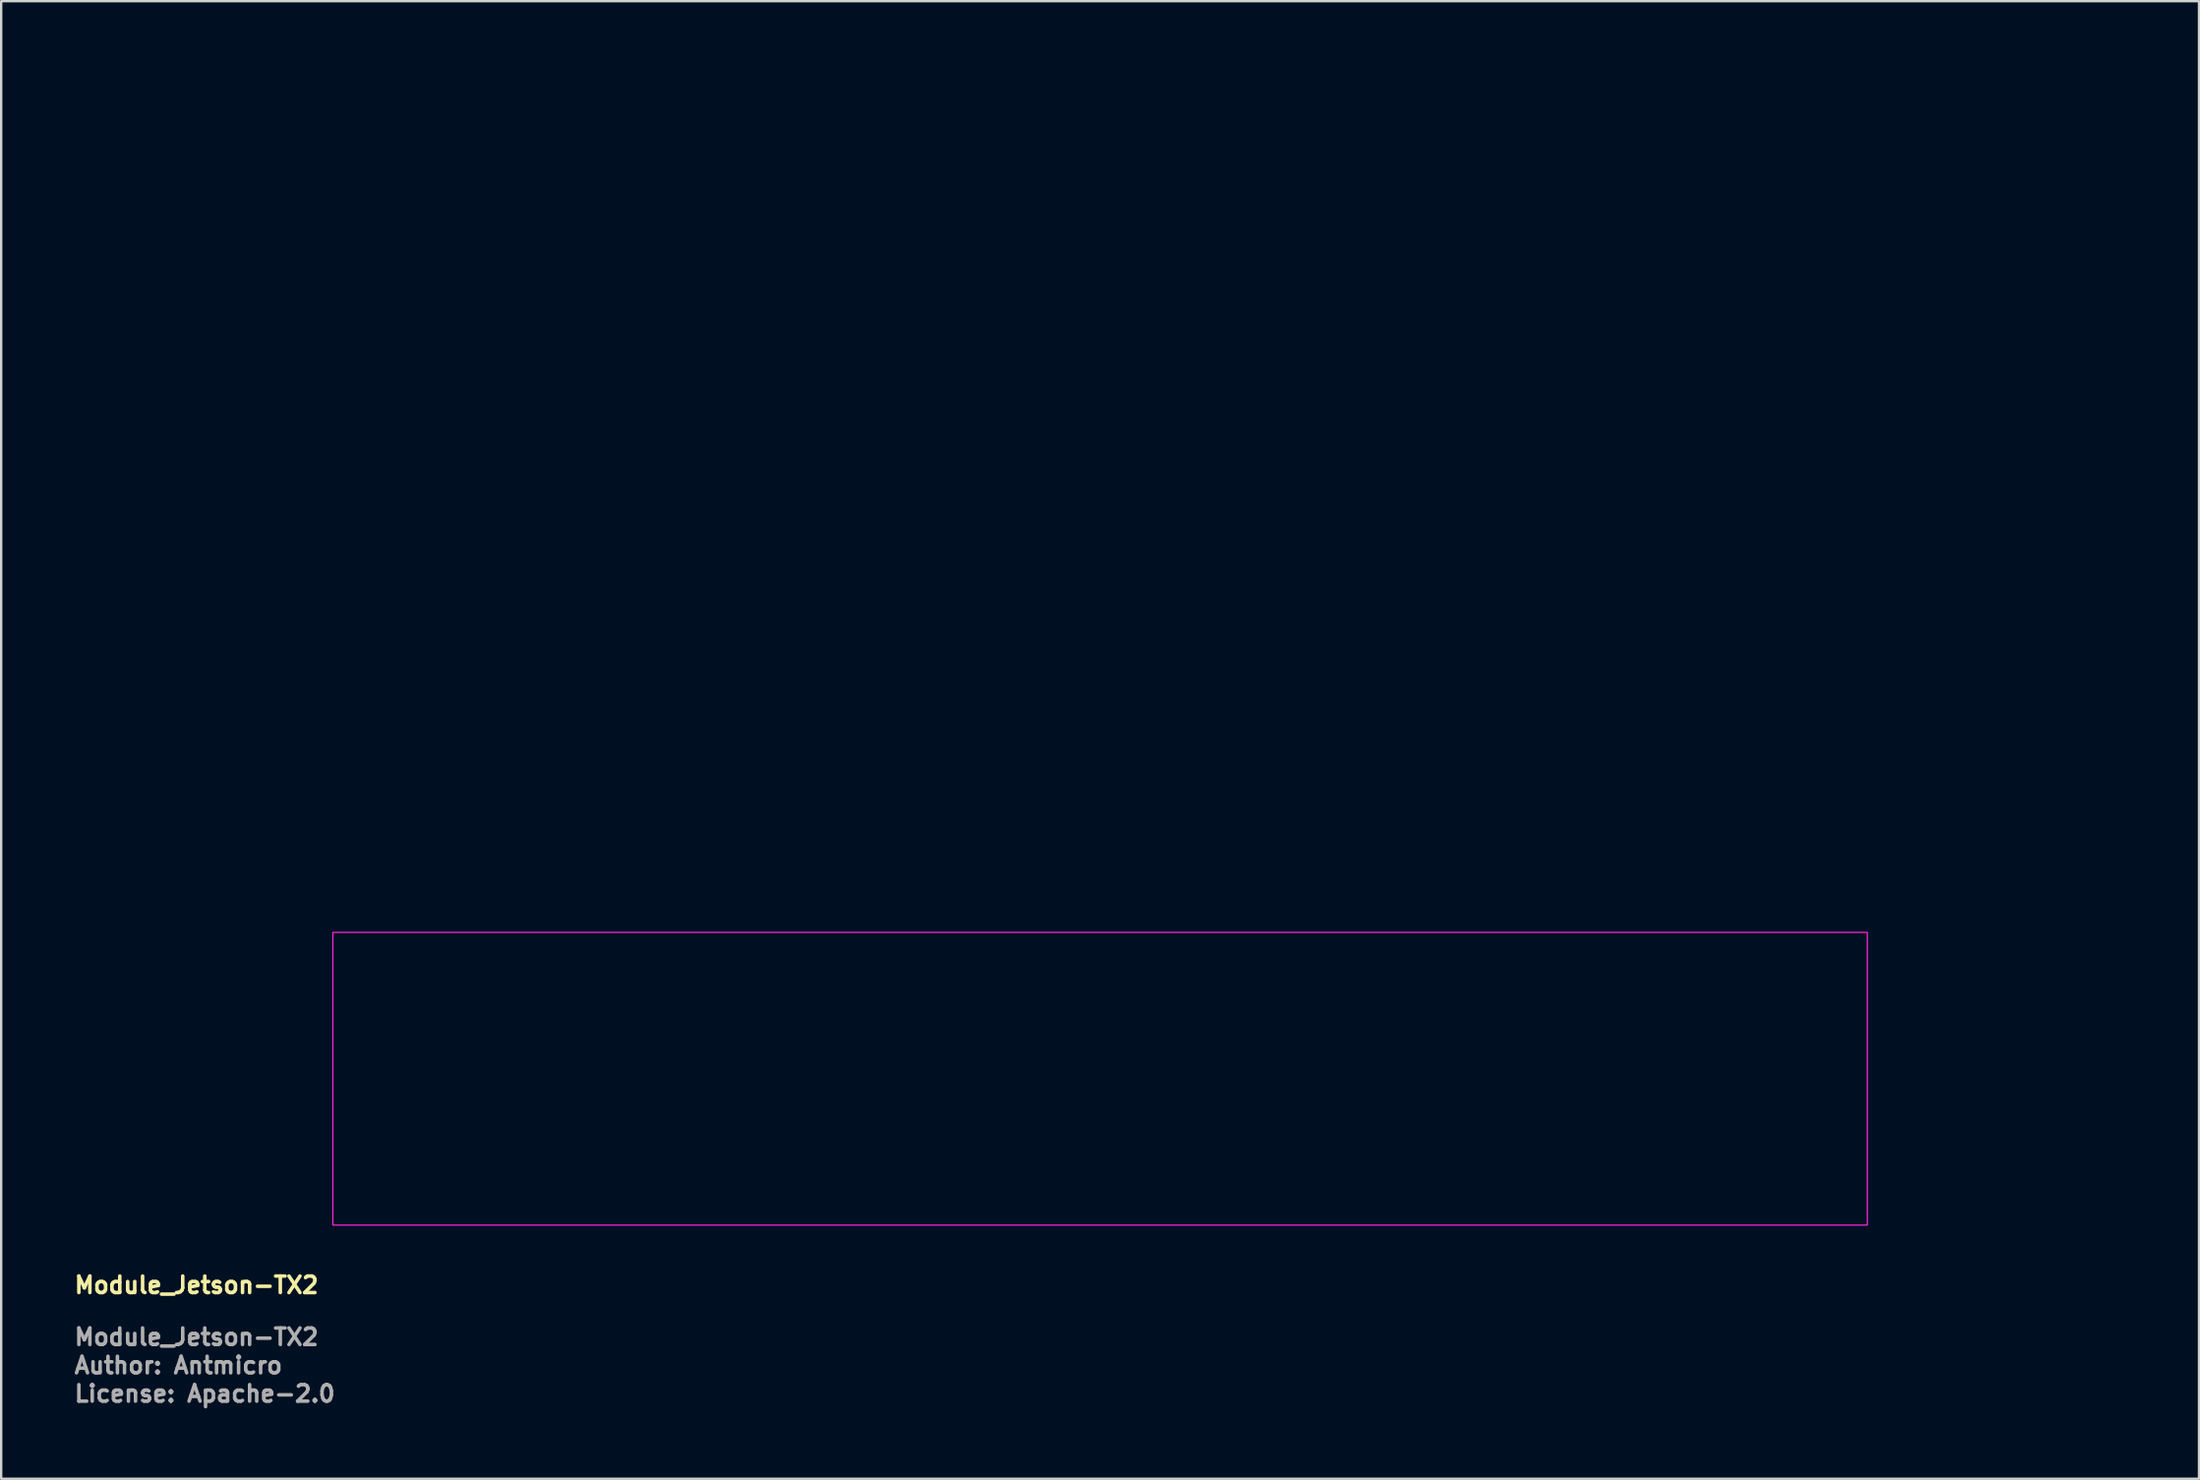
<source format=kicad_pcb>
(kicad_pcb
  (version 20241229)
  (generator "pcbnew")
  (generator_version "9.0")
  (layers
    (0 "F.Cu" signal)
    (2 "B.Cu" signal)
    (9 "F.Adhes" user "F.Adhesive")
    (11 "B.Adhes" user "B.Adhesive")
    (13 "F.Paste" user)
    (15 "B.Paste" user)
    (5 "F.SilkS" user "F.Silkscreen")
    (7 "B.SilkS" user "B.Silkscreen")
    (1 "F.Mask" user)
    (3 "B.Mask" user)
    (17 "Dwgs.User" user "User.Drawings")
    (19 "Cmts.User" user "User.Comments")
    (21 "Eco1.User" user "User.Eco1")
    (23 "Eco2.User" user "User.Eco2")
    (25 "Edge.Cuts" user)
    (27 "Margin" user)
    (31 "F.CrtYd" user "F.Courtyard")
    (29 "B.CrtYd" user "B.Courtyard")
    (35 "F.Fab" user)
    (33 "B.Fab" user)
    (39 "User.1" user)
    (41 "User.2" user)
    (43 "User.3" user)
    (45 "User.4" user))
  (footprint "Module_Jetson-TX2"
    (layer "F.Cu")
    (at 43.55 25.05)
    (property "Reference" "Module_Jetson-TX2" (at -43.525 26.75 0) (unlocked yes) (layer "F.SilkS") (effects (font (size 0.7 0.7) (thickness 0.15)) (justify left bottom)))
    (attr exclude_from_pos_files exclude_from_bom)
    (fp_rect (start -32.5 23.8) (end 32.5 11.4) (stroke (width 0.05) (type solid)) (fill no) (layer "F.CrtYd"))
    (fp_rect (start -43.5 -25) (end 43.5 25) (stroke (width 0.1) (type solid)) (fill no) (layer "User.5"))
    (fp_line (start -43.5 -24) (end -43.5 24) (stroke (width 0.02) (type solid)) (layer "User.9"))
    (fp_line (start -43.5 -24) (end -43.5 24) (stroke (width 0.02) (type solid)) (layer "User.9"))
    (fp_line (start -43.5 24) (end -43.496 24.087) (stroke (width 0.02) (type solid)) (layer "User.9"))
    (fp_line (start -43.496 -24.087) (end -43.5 -24) (stroke (width 0.02) (type solid)) (layer "User.9"))
    (fp_line (start -43.496 24.087) (end -43.485 24.174) (stroke (width 0.02) (type solid)) (layer "User.9"))
    (fp_line (start -43.485 -24.174) (end -43.496 -24.087) (stroke (width 0.02) (type solid)) (layer "User.9"))
    (fp_line (start -43.485 24.174) (end -43.466 24.259) (stroke (width 0.02) (type solid)) (layer "User.9"))
    (fp_line (start -43.466 -24.259) (end -43.485 -24.174) (stroke (width 0.02) (type solid)) (layer "User.9"))
    (fp_line (start -43.466 24.259) (end -43.44 24.342) (stroke (width 0.02) (type solid)) (layer "User.9"))
    (fp_line (start -43.44 -24.342) (end -43.466 -24.259) (stroke (width 0.02) (type solid)) (layer "User.9"))
    (fp_line (start -43.44 24.342) (end -43.406 24.423) (stroke (width 0.02) (type solid)) (layer "User.9"))
    (fp_line (start -43.406 -24.423) (end -43.44 -24.342) (stroke (width 0.02) (type solid)) (layer "User.9"))
    (fp_line (start -43.406 24.423) (end -43.366 24.5) (stroke (width 0.02) (type solid)) (layer "User.9"))
    (fp_line (start -43.366 -24.5) (end -43.406 -24.423) (stroke (width 0.02) (type solid)) (layer "User.9"))
    (fp_line (start -43.366 24.5) (end -43.319 24.574) (stroke (width 0.02) (type solid)) (layer "User.9"))
    (fp_line (start -43.319 -24.574) (end -43.366 -24.5) (stroke (width 0.02) (type solid)) (layer "User.9"))
    (fp_line (start -43.319 24.574) (end -43.266 24.643) (stroke (width 0.02) (type solid)) (layer "User.9"))
    (fp_line (start -43.266 -24.643) (end -43.319 -24.574) (stroke (width 0.02) (type solid)) (layer "User.9"))
    (fp_line (start -43.266 24.643) (end -43.207 24.707) (stroke (width 0.02) (type solid)) (layer "User.9"))
    (fp_line (start -43.207 -24.707) (end -43.266 -24.643) (stroke (width 0.02) (type solid)) (layer "User.9"))
    (fp_line (start -43.207 24.707) (end -43.143 24.766) (stroke (width 0.02) (type solid)) (layer "User.9"))
    (fp_line (start -43.143 -24.766) (end -43.207 -24.707) (stroke (width 0.02) (type solid)) (layer "User.9"))
    (fp_line (start -43.143 24.766) (end -43.074 24.819) (stroke (width 0.02) (type solid)) (layer "User.9"))
    (fp_line (start -43.074 -24.819) (end -43.143 -24.766) (stroke (width 0.02) (type solid)) (layer "User.9"))
    (fp_line (start -43.074 24.819) (end -43 24.866) (stroke (width 0.02) (type solid)) (layer "User.9"))
    (fp_line (start -43 -24.866) (end -43.074 -24.819) (stroke (width 0.02) (type solid)) (layer "User.9"))
    (fp_line (start -43 24.866) (end -42.923 24.906) (stroke (width 0.02) (type solid)) (layer "User.9"))
    (fp_line (start -42.923 -24.906) (end -43 -24.866) (stroke (width 0.02) (type solid)) (layer "User.9"))
    (fp_line (start -42.923 24.906) (end -42.842 24.94) (stroke (width 0.02) (type solid)) (layer "User.9"))
    (fp_line (start -42.842 -24.94) (end -42.923 -24.906) (stroke (width 0.02) (type solid)) (layer "User.9"))
    (fp_line (start -42.842 24.94) (end -42.759 24.966) (stroke (width 0.02) (type solid)) (layer "User.9"))
    (fp_line (start -42.759 -24.966) (end -42.842 -24.94) (stroke (width 0.02) (type solid)) (layer "User.9"))
    (fp_line (start -42.759 24.966) (end -42.674 24.985) (stroke (width 0.02) (type solid)) (layer "User.9"))
    (fp_line (start -42.674 -24.985) (end -42.759 -24.966) (stroke (width 0.02) (type solid)) (layer "User.9"))
    (fp_line (start -42.674 24.985) (end -42.587 24.996) (stroke (width 0.02) (type solid)) (layer "User.9"))
    (fp_line (start -42.587 -24.996) (end -42.674 -24.985) (stroke (width 0.02) (type solid)) (layer "User.9"))
    (fp_line (start -42.587 24.996) (end -42.5 25) (stroke (width 0.02) (type solid)) (layer "User.9"))
    (fp_line (start -42.5 -25) (end -42.587 -24.996) (stroke (width 0.02) (type solid)) (layer "User.9"))
    (fp_line (start -42.5 25) (end -37.17 25) (stroke (width 0.02) (type solid)) (layer "User.9"))
    (fp_line (start -42.5 25) (end 42.5 25) (stroke (width 0.02) (type solid)) (layer "User.9"))
    (fp_line (start -41.3 -21) (end -41.296 -20.882) (stroke (width 0.02) (type solid)) (layer "User.9"))
    (fp_line (start -41.3 21) (end -41.296 21.118) (stroke (width 0.02) (type solid)) (layer "User.9"))
    (fp_line (start -41.296 -21.118) (end -41.3 -21) (stroke (width 0.02) (type solid)) (layer "User.9"))
    (fp_line (start -41.296 -20.882) (end -41.285 -20.765) (stroke (width 0.02) (type solid)) (layer "User.9"))
    (fp_line (start -41.296 20.882) (end -41.3 21) (stroke (width 0.02) (type solid)) (layer "User.9"))
    (fp_line (start -41.296 21.118) (end -41.285 21.235) (stroke (width 0.02) (type solid)) (layer "User.9"))
    (fp_line (start -41.285 -21.235) (end -41.296 -21.118) (stroke (width 0.02) (type solid)) (layer "User.9"))
    (fp_line (start -41.285 -20.765) (end -41.265 -20.649) (stroke (width 0.02) (type solid)) (layer "User.9"))
    (fp_line (start -41.285 20.765) (end -41.296 20.882) (stroke (width 0.02) (type solid)) (layer "User.9"))
    (fp_line (start -41.285 21.235) (end -41.265 21.351) (stroke (width 0.02) (type solid)) (layer "User.9"))
    (fp_line (start -41.265 -21.351) (end -41.285 -21.235) (stroke (width 0.02) (type solid)) (layer "User.9"))
    (fp_line (start -41.265 -20.649) (end -41.239 -20.534) (stroke (width 0.02) (type solid)) (layer "User.9"))
    (fp_line (start -41.265 20.649) (end -41.285 20.765) (stroke (width 0.02) (type solid)) (layer "User.9"))
    (fp_line (start -41.265 21.351) (end -41.239 21.466) (stroke (width 0.02) (type solid)) (layer "User.9"))
    (fp_line (start -41.25 -21) (end -41.246 -20.883) (stroke (width 0.02) (type solid)) (layer "User.9"))
    (fp_line (start -41.25 21) (end -41.246 21.117) (stroke (width 0.02) (type solid)) (layer "User.9"))
    (fp_line (start -41.246 -21.117) (end -41.25 -21) (stroke (width 0.02) (type solid)) (layer "User.9"))
    (fp_line (start -41.246 -20.883) (end -41.234 -20.767) (stroke (width 0.02) (type solid)) (layer "User.9"))
    (fp_line (start -41.246 20.883) (end -41.25 21) (stroke (width 0.02) (type solid)) (layer "User.9"))
    (fp_line (start -41.246 21.117) (end -41.234 21.233) (stroke (width 0.02) (type solid)) (layer "User.9"))
    (fp_line (start -41.239 -21.466) (end -41.265 -21.351) (stroke (width 0.02) (type solid)) (layer "User.9"))
    (fp_line (start -41.239 -20.534) (end -41.204 -20.421) (stroke (width 0.02) (type solid)) (layer "User.9"))
    (fp_line (start -41.239 20.534) (end -41.265 20.649) (stroke (width 0.02) (type solid)) (layer "User.9"))
    (fp_line (start -41.239 21.466) (end -41.204 21.579) (stroke (width 0.02) (type solid)) (layer "User.9"))
    (fp_line (start -41.234 -21.233) (end -41.246 -21.117) (stroke (width 0.02) (type solid)) (layer "User.9"))
    (fp_line (start -41.234 -20.767) (end -41.215 -20.651) (stroke (width 0.02) (type solid)) (layer "User.9"))
    (fp_line (start -41.234 20.767) (end -41.246 20.883) (stroke (width 0.02) (type solid)) (layer "User.9"))
    (fp_line (start -41.234 21.233) (end -41.215 21.349) (stroke (width 0.02) (type solid)) (layer "User.9"))
    (fp_line (start -41.215 -21.349) (end -41.234 -21.233) (stroke (width 0.02) (type solid)) (layer "User.9"))
    (fp_line (start -41.215 -20.651) (end -41.188 -20.538) (stroke (width 0.02) (type solid)) (layer "User.9"))
    (fp_line (start -41.215 20.651) (end -41.234 20.767) (stroke (width 0.02) (type solid)) (layer "User.9"))
    (fp_line (start -41.215 21.349) (end -41.188 21.462) (stroke (width 0.02) (type solid)) (layer "User.9"))
    (fp_line (start -41.204 -21.579) (end -41.239 -21.466) (stroke (width 0.02) (type solid)) (layer "User.9"))
    (fp_line (start -41.204 -20.421) (end -41.163 -20.311) (stroke (width 0.02) (type solid)) (layer "User.9"))
    (fp_line (start -41.204 20.421) (end -41.239 20.534) (stroke (width 0.02) (type solid)) (layer "User.9"))
    (fp_line (start -41.204 21.579) (end -41.163 21.689) (stroke (width 0.02) (type solid)) (layer "User.9"))
    (fp_line (start -41.188 -21.462) (end -41.215 -21.349) (stroke (width 0.02) (type solid)) (layer "User.9"))
    (fp_line (start -41.188 -20.538) (end -41.153 -20.426) (stroke (width 0.02) (type solid)) (layer "User.9"))
    (fp_line (start -41.188 20.538) (end -41.215 20.651) (stroke (width 0.02) (type solid)) (layer "User.9"))
    (fp_line (start -41.188 21.462) (end -41.153 21.574) (stroke (width 0.02) (type solid)) (layer "User.9"))
    (fp_line (start -41.163 -21.689) (end -41.204 -21.579) (stroke (width 0.02) (type solid)) (layer "User.9"))
    (fp_line (start -41.163 -20.311) (end -41.114 -20.204) (stroke (width 0.02) (type solid)) (layer "User.9"))
    (fp_line (start -41.163 20.311) (end -41.204 20.421) (stroke (width 0.02) (type solid)) (layer "User.9"))
    (fp_line (start -41.163 21.689) (end -41.114 21.796) (stroke (width 0.02) (type solid)) (layer "User.9"))
    (fp_line (start -41.153 -21.574) (end -41.188 -21.462) (stroke (width 0.02) (type solid)) (layer "User.9"))
    (fp_line (start -41.153 -20.426) (end -41.111 -20.317) (stroke (width 0.02) (type solid)) (layer "User.9"))
    (fp_line (start -41.153 20.426) (end -41.188 20.538) (stroke (width 0.02) (type solid)) (layer "User.9"))
    (fp_line (start -41.153 21.574) (end -41.111 21.683) (stroke (width 0.02) (type solid)) (layer "User.9"))
    (fp_line (start -41.114 -21.796) (end -41.163 -21.689) (stroke (width 0.02) (type solid)) (layer "User.9"))
    (fp_line (start -41.114 -20.204) (end -41.059 -20.1) (stroke (width 0.02) (type solid)) (layer "User.9"))
    (fp_line (start -41.114 20.204) (end -41.163 20.311) (stroke (width 0.02) (type solid)) (layer "User.9"))
    (fp_line (start -41.114 21.796) (end -41.059 21.9) (stroke (width 0.02) (type solid)) (layer "User.9"))
    (fp_line (start -41.111 -21.683) (end -41.153 -21.574) (stroke (width 0.02) (type solid)) (layer "User.9"))
    (fp_line (start -41.111 -20.317) (end -41.062 -20.211) (stroke (width 0.02) (type solid)) (layer "User.9"))
    (fp_line (start -41.111 20.317) (end -41.153 20.426) (stroke (width 0.02) (type solid)) (layer "User.9"))
    (fp_line (start -41.111 21.683) (end -41.062 21.789) (stroke (width 0.02) (type solid)) (layer "User.9"))
    (fp_line (start -41.062 -21.789) (end -41.111 -21.683) (stroke (width 0.02) (type solid)) (layer "User.9"))
    (fp_line (start -41.062 -20.211) (end -41.006 -20.108) (stroke (width 0.02) (type solid)) (layer "User.9"))
    (fp_line (start -41.062 20.211) (end -41.111 20.317) (stroke (width 0.02) (type solid)) (layer "User.9"))
    (fp_line (start -41.062 21.789) (end -41.006 21.892) (stroke (width 0.02) (type solid)) (layer "User.9"))
    (fp_line (start -41.059 -21.9) (end -41.114 -21.796) (stroke (width 0.02) (type solid)) (layer "User.9"))
    (fp_line (start -41.059 -20.1) (end -40.997 -20) (stroke (width 0.02) (type solid)) (layer "User.9"))
    (fp_line (start -41.059 20.1) (end -41.114 20.204) (stroke (width 0.02) (type solid)) (layer "User.9"))
    (fp_line (start -41.059 21.9) (end -40.997 22) (stroke (width 0.02) (type solid)) (layer "User.9"))
    (fp_line (start -41.006 -21.892) (end -41.062 -21.789) (stroke (width 0.02) (type solid)) (layer "User.9"))
    (fp_line (start -41.006 -20.108) (end -40.943 -20.01) (stroke (width 0.02) (type solid)) (layer "User.9"))
    (fp_line (start -41.006 20.108) (end -41.062 20.211) (stroke (width 0.02) (type solid)) (layer "User.9"))
    (fp_line (start -41.006 21.892) (end -40.943 21.99) (stroke (width 0.02) (type solid)) (layer "User.9"))
    (fp_line (start -40.997 -22) (end -41.059 -21.9) (stroke (width 0.02) (type solid)) (layer "User.9"))
    (fp_line (start -40.997 -20) (end -40.928 -19.904) (stroke (width 0.02) (type solid)) (layer "User.9"))
    (fp_line (start -40.997 20) (end -41.059 20.1) (stroke (width 0.02) (type solid)) (layer "User.9"))
    (fp_line (start -40.997 22) (end -40.928 22.096) (stroke (width 0.02) (type solid)) (layer "User.9"))
    (fp_line (start -40.943 -21.99) (end -41.006 -21.892) (stroke (width 0.02) (type solid)) (layer "User.9"))
    (fp_line (start -40.943 -20.01) (end -40.873 -19.915) (stroke (width 0.02) (type solid)) (layer "User.9"))
    (fp_line (start -40.943 20.01) (end -41.006 20.108) (stroke (width 0.02) (type solid)) (layer "User.9"))
    (fp_line (start -40.943 21.99) (end -40.873 22.085) (stroke (width 0.02) (type solid)) (layer "User.9"))
    (fp_line (start -40.928 -22.096) (end -40.997 -22) (stroke (width 0.02) (type solid)) (layer "User.9"))
    (fp_line (start -40.928 -19.904) (end -40.853 -19.813) (stroke (width 0.02) (type solid)) (layer "User.9"))
    (fp_line (start -40.928 19.904) (end -40.997 20) (stroke (width 0.02) (type solid)) (layer "User.9"))
    (fp_line (start -40.928 22.096) (end -40.853 22.187) (stroke (width 0.02) (type solid)) (layer "User.9"))
    (fp_line (start -40.873 -22.085) (end -40.943 -21.99) (stroke (width 0.02) (type solid)) (layer "User.9"))
    (fp_line (start -40.873 -19.915) (end -40.798 -19.826) (stroke (width 0.02) (type solid)) (layer "User.9"))
    (fp_line (start -40.873 19.915) (end -40.943 20.01) (stroke (width 0.02) (type solid)) (layer "User.9"))
    (fp_line (start -40.873 22.085) (end -40.798 22.174) (stroke (width 0.02) (type solid)) (layer "User.9"))
    (fp_line (start -40.853 -22.187) (end -40.928 -22.096) (stroke (width 0.02) (type solid)) (layer "User.9"))
    (fp_line (start -40.853 -19.813) (end -40.773 -19.727) (stroke (width 0.02) (type solid)) (layer "User.9"))
    (fp_line (start -40.853 19.813) (end -40.928 19.904) (stroke (width 0.02) (type solid)) (layer "User.9"))
    (fp_line (start -40.853 22.187) (end -40.773 22.273) (stroke (width 0.02) (type solid)) (layer "User.9"))
    (fp_line (start -40.798 -22.174) (end -40.873 -22.085) (stroke (width 0.02) (type solid)) (layer "User.9"))
    (fp_line (start -40.798 -19.826) (end -40.717 -19.742) (stroke (width 0.02) (type solid)) (layer "User.9"))
    (fp_line (start -40.798 19.826) (end -40.873 19.915) (stroke (width 0.02) (type solid)) (layer "User.9"))
    (fp_line (start -40.798 22.174) (end -40.717 22.258) (stroke (width 0.02) (type solid)) (layer "User.9"))
    (fp_line (start -40.773 -22.273) (end -40.853 -22.187) (stroke (width 0.02) (type solid)) (layer "User.9"))
    (fp_line (start -40.773 -19.727) (end -40.687 -19.647) (stroke (width 0.02) (type solid)) (layer "User.9"))
    (fp_line (start -40.773 19.727) (end -40.853 19.813) (stroke (width 0.02) (type solid)) (layer "User.9"))
    (fp_line (start -40.773 22.273) (end -40.687 22.353) (stroke (width 0.02) (type solid)) (layer "User.9"))
    (fp_line (start -40.717 -22.258) (end -40.798 -22.174) (stroke (width 0.02) (type solid)) (layer "User.9"))
    (fp_line (start -40.717 -19.742) (end -40.63 -19.664) (stroke (width 0.02) (type solid)) (layer "User.9"))
    (fp_line (start -40.717 19.742) (end -40.798 19.826) (stroke (width 0.02) (type solid)) (layer "User.9"))
    (fp_line (start -40.717 22.258) (end -40.63 22.336) (stroke (width 0.02) (type solid)) (layer "User.9"))
    (fp_line (start -40.687 -22.353) (end -40.773 -22.273) (stroke (width 0.02) (type solid)) (layer "User.9"))
    (fp_line (start -40.687 -19.647) (end -40.596 -19.572) (stroke (width 0.02) (type solid)) (layer "User.9"))
    (fp_line (start -40.687 19.647) (end -40.773 19.727) (stroke (width 0.02) (type solid)) (layer "User.9"))
    (fp_line (start -40.687 22.353) (end -40.596 22.428) (stroke (width 0.02) (type solid)) (layer "User.9"))
    (fp_line (start -40.63 -22.336) (end -40.717 -22.258) (stroke (width 0.02) (type solid)) (layer "User.9"))
    (fp_line (start -40.63 -19.664) (end -40.538 -19.591) (stroke (width 0.02) (type solid)) (layer "User.9"))
    (fp_line (start -40.63 19.664) (end -40.717 19.742) (stroke (width 0.02) (type solid)) (layer "User.9"))
    (fp_line (start -40.63 22.336) (end -40.538 22.409) (stroke (width 0.02) (type solid)) (layer "User.9"))
    (fp_line (start -40.596 -22.428) (end -40.687 -22.353) (stroke (width 0.02) (type solid)) (layer "User.9"))
    (fp_line (start -40.596 -19.572) (end -40.5 -19.503) (stroke (width 0.02) (type solid)) (layer "User.9"))
    (fp_line (start -40.596 19.572) (end -40.687 19.647) (stroke (width 0.02) (type solid)) (layer "User.9"))
    (fp_line (start -40.596 22.428) (end -40.5 22.497) (stroke (width 0.02) (type solid)) (layer "User.9"))
    (fp_line (start -40.538 -22.409) (end -40.63 -22.336) (stroke (width 0.02) (type solid)) (layer "User.9"))
    (fp_line (start -40.538 -19.591) (end -40.442 -19.525) (stroke (width 0.02) (type solid)) (layer "User.9"))
    (fp_line (start -40.538 19.591) (end -40.63 19.664) (stroke (width 0.02) (type solid)) (layer "User.9"))
    (fp_line (start -40.538 22.409) (end -40.442 22.475) (stroke (width 0.02) (type solid)) (layer "User.9"))
    (fp_line (start -40.5 -22.497) (end -40.596 -22.428) (stroke (width 0.02) (type solid)) (layer "User.9"))
    (fp_line (start -40.5 -19.503) (end -40.4 -19.441) (stroke (width 0.02) (type solid)) (layer "User.9"))
    (fp_line (start -40.5 19.503) (end -40.596 19.572) (stroke (width 0.02) (type solid)) (layer "User.9"))
    (fp_line (start -40.5 22.497) (end -40.4 22.559) (stroke (width 0.02) (type solid)) (layer "User.9"))
    (fp_line (start -40.442 -22.475) (end -40.538 -22.409) (stroke (width 0.02) (type solid)) (layer "User.9"))
    (fp_line (start -40.442 -19.525) (end -40.341 -19.465) (stroke (width 0.02) (type solid)) (layer "User.9"))
    (fp_line (start -40.442 19.525) (end -40.538 19.591) (stroke (width 0.02) (type solid)) (layer "User.9"))
    (fp_line (start -40.442 22.475) (end -40.341 22.535) (stroke (width 0.02) (type solid)) (layer "User.9"))
    (fp_line (start -40.4 -22.559) (end -40.5 -22.497) (stroke (width 0.02) (type solid)) (layer "User.9"))
    (fp_line (start -40.4 -19.441) (end -40.296 -19.386) (stroke (width 0.02) (type solid)) (layer "User.9"))
    (fp_line (start -40.4 19.441) (end -40.5 19.503) (stroke (width 0.02) (type solid)) (layer "User.9"))
    (fp_line (start -40.4 22.559) (end -40.296 22.614) (stroke (width 0.02) (type solid)) (layer "User.9"))
    (fp_line (start -40.341 -22.535) (end -40.442 -22.475) (stroke (width 0.02) (type solid)) (layer "User.9"))
    (fp_line (start -40.341 -19.465) (end -40.237 -19.413) (stroke (width 0.02) (type solid)) (layer "User.9"))
    (fp_line (start -40.341 19.465) (end -40.442 19.525) (stroke (width 0.02) (type solid)) (layer "User.9"))
    (fp_line (start -40.341 22.535) (end -40.237 22.587) (stroke (width 0.02) (type solid)) (layer "User.9"))
    (fp_line (start -40.296 -22.614) (end -40.4 -22.559) (stroke (width 0.02) (type solid)) (layer "User.9"))
    (fp_line (start -40.296 -19.386) (end -40.189 -19.337) (stroke (width 0.02) (type solid)) (layer "User.9"))
    (fp_line (start -40.296 19.386) (end -40.4 19.441) (stroke (width 0.02) (type solid)) (layer "User.9"))
    (fp_line (start -40.296 22.614) (end -40.189 22.663) (stroke (width 0.02) (type solid)) (layer "User.9"))
    (fp_line (start -40.237 -22.587) (end -40.341 -22.535) (stroke (width 0.02) (type solid)) (layer "User.9"))
    (fp_line (start -40.237 -19.413) (end -40.129 -19.367) (stroke (width 0.02) (type solid)) (layer "User.9"))
    (fp_line (start -40.237 19.413) (end -40.341 19.465) (stroke (width 0.02) (type solid)) (layer "User.9"))
    (fp_line (start -40.237 22.587) (end -40.129 22.633) (stroke (width 0.02) (type solid)) (layer "User.9"))
    (fp_line (start -40.189 -22.663) (end -40.296 -22.614) (stroke (width 0.02) (type solid)) (layer "User.9"))
    (fp_line (start -40.189 -19.337) (end -40.079 -19.296) (stroke (width 0.02) (type solid)) (layer "User.9"))
    (fp_line (start -40.189 19.337) (end -40.296 19.386) (stroke (width 0.02) (type solid)) (layer "User.9"))
    (fp_line (start -40.189 22.663) (end -40.079 22.704) (stroke (width 0.02) (type solid)) (layer "User.9"))
    (fp_line (start -40.129 -22.633) (end -40.237 -22.587) (stroke (width 0.02) (type solid)) (layer "User.9"))
    (fp_line (start -40.129 -19.367) (end -40.018 -19.329) (stroke (width 0.02) (type solid)) (layer "User.9"))
    (fp_line (start -40.129 19.367) (end -40.237 19.413) (stroke (width 0.02) (type solid)) (layer "User.9"))
    (fp_line (start -40.129 22.633) (end -40.018 22.671) (stroke (width 0.02) (type solid)) (layer "User.9"))
    (fp_line (start -40.079 -22.704) (end -40.189 -22.663) (stroke (width 0.02) (type solid)) (layer "User.9"))
    (fp_line (start -40.079 -19.296) (end -39.966 -19.261) (stroke (width 0.02) (type solid)) (layer "User.9"))
    (fp_line (start -40.079 19.296) (end -40.189 19.337) (stroke (width 0.02) (type solid)) (layer "User.9"))
    (fp_line (start -40.079 22.704) (end -39.966 22.739) (stroke (width 0.02) (type solid)) (layer "User.9"))
    (fp_line (start -40.018 -22.671) (end -40.129 -22.633) (stroke (width 0.02) (type solid)) (layer "User.9"))
    (fp_line (start -40.018 -19.329) (end -39.906 -19.298) (stroke (width 0.02) (type solid)) (layer "User.9"))
    (fp_line (start -40.018 19.329) (end -40.129 19.367) (stroke (width 0.02) (type solid)) (layer "User.9"))
    (fp_line (start -40.018 22.671) (end -39.906 22.702) (stroke (width 0.02) (type solid)) (layer "User.9"))
    (fp_line (start -39.966 -22.739) (end -40.079 -22.704) (stroke (width 0.02) (type solid)) (layer "User.9"))
    (fp_line (start -39.966 -19.261) (end -39.851 -19.235) (stroke (width 0.02) (type solid)) (layer "User.9"))
    (fp_line (start -39.966 19.261) (end -40.079 19.296) (stroke (width 0.02) (type solid)) (layer "User.9"))
    (fp_line (start -39.966 22.739) (end -39.851 22.765) (stroke (width 0.02) (type solid)) (layer "User.9"))
    (fp_line (start -39.906 -22.702) (end -40.018 -22.671) (stroke (width 0.02) (type solid)) (layer "User.9"))
    (fp_line (start -39.906 -19.298) (end -39.791 -19.274) (stroke (width 0.02) (type solid)) (layer "User.9"))
    (fp_line (start -39.906 19.298) (end -40.018 19.329) (stroke (width 0.02) (type solid)) (layer "User.9"))
    (fp_line (start -39.906 22.702) (end -39.791 22.726) (stroke (width 0.02) (type solid)) (layer "User.9"))
    (fp_line (start -39.851 -22.765) (end -39.966 -22.739) (stroke (width 0.02) (type solid)) (layer "User.9"))
    (fp_line (start -39.851 -19.235) (end -39.735 -19.215) (stroke (width 0.02) (type solid)) (layer "User.9"))
    (fp_line (start -39.851 19.235) (end -39.966 19.261) (stroke (width 0.02) (type solid)) (layer "User.9"))
    (fp_line (start -39.851 22.765) (end -39.735 22.785) (stroke (width 0.02) (type solid)) (layer "User.9"))
    (fp_line (start -39.791 -22.726) (end -39.906 -22.702) (stroke (width 0.02) (type solid)) (layer "User.9"))
    (fp_line (start -39.791 -19.274) (end -39.675 -19.259) (stroke (width 0.02) (type solid)) (layer "User.9"))
    (fp_line (start -39.791 19.274) (end -39.906 19.298) (stroke (width 0.02) (type solid)) (layer "User.9"))
    (fp_line (start -39.791 22.726) (end -39.675 22.741) (stroke (width 0.02) (type solid)) (layer "User.9"))
    (fp_line (start -39.735 -22.785) (end -39.851 -22.765) (stroke (width 0.02) (type solid)) (layer "User.9"))
    (fp_line (start -39.735 -19.215) (end -39.618 -19.204) (stroke (width 0.02) (type solid)) (layer "User.9"))
    (fp_line (start -39.735 19.215) (end -39.851 19.235) (stroke (width 0.02) (type solid)) (layer "User.9"))
    (fp_line (start -39.735 22.785) (end -39.618 22.796) (stroke (width 0.02) (type solid)) (layer "User.9"))
    (fp_line (start -39.675 -22.741) (end -39.791 -22.726) (stroke (width 0.02) (type solid)) (layer "User.9"))
    (fp_line (start -39.675 -19.259) (end -39.558 -19.251) (stroke (width 0.02) (type solid)) (layer "User.9"))
    (fp_line (start -39.675 19.259) (end -39.791 19.274) (stroke (width 0.02) (type solid)) (layer "User.9"))
    (fp_line (start -39.675 22.741) (end -39.558 22.749) (stroke (width 0.02) (type solid)) (layer "User.9"))
    (fp_line (start -39.618 -22.796) (end -39.735 -22.785) (stroke (width 0.02) (type solid)) (layer "User.9"))
    (fp_line (start -39.618 -19.204) (end -39.5 -19.2) (stroke (width 0.02) (type solid)) (layer "User.9"))
    (fp_line (start -39.618 19.204) (end -39.735 19.215) (stroke (width 0.02) (type solid)) (layer "User.9"))
    (fp_line (start -39.618 22.796) (end -39.5 22.8) (stroke (width 0.02) (type solid)) (layer "User.9"))
    (fp_line (start -39.558 -22.749) (end -39.675 -22.741) (stroke (width 0.02) (type solid)) (layer "User.9"))
    (fp_line (start -39.558 -19.251) (end -39.442 -19.251) (stroke (width 0.02) (type solid)) (layer "User.9"))
    (fp_line (start -39.558 19.251) (end -39.675 19.259) (stroke (width 0.02) (type solid)) (layer "User.9"))
    (fp_line (start -39.558 22.749) (end -39.442 22.749) (stroke (width 0.02) (type solid)) (layer "User.9"))
    (fp_line (start -39.5 -22.8) (end -39.618 -22.796) (stroke (width 0.02) (type solid)) (layer "User.9"))
    (fp_line (start -39.5 -19.2) (end -39.382 -19.204) (stroke (width 0.02) (type solid)) (layer "User.9"))
    (fp_line (start -39.5 19.2) (end -39.618 19.204) (stroke (width 0.02) (type solid)) (layer "User.9"))
    (fp_line (start -39.5 22.8) (end -39.382 22.796) (stroke (width 0.02) (type solid)) (layer "User.9"))
    (fp_line (start -39.442 -22.749) (end -39.558 -22.749) (stroke (width 0.02) (type solid)) (layer "User.9"))
    (fp_line (start -39.442 -19.251) (end -39.325 -19.259) (stroke (width 0.02) (type solid)) (layer "User.9"))
    (fp_line (start -39.442 19.251) (end -39.558 19.251) (stroke (width 0.02) (type solid)) (layer "User.9"))
    (fp_line (start -39.442 22.749) (end -39.325 22.741) (stroke (width 0.02) (type solid)) (layer "User.9"))
    (fp_line (start -39.382 -22.796) (end -39.5 -22.8) (stroke (width 0.02) (type solid)) (layer "User.9"))
    (fp_line (start -39.382 -19.204) (end -39.265 -19.215) (stroke (width 0.02) (type solid)) (layer "User.9"))
    (fp_line (start -39.382 19.204) (end -39.5 19.2) (stroke (width 0.02) (type solid)) (layer "User.9"))
    (fp_line (start -39.382 22.796) (end -39.265 22.785) (stroke (width 0.02) (type solid)) (layer "User.9"))
    (fp_line (start -39.325 -22.741) (end -39.442 -22.749) (stroke (width 0.02) (type solid)) (layer "User.9"))
    (fp_line (start -39.325 -19.259) (end -39.209 -19.274) (stroke (width 0.02) (type solid)) (layer "User.9"))
    (fp_line (start -39.325 19.259) (end -39.442 19.251) (stroke (width 0.02) (type solid)) (layer "User.9"))
    (fp_line (start -39.325 22.741) (end -39.209 22.726) (stroke (width 0.02) (type solid)) (layer "User.9"))
    (fp_line (start -39.265 -22.785) (end -39.382 -22.796) (stroke (width 0.02) (type solid)) (layer "User.9"))
    (fp_line (start -39.265 -19.215) (end -39.149 -19.235) (stroke (width 0.02) (type solid)) (layer "User.9"))
    (fp_line (start -39.265 19.215) (end -39.382 19.204) (stroke (width 0.02) (type solid)) (layer "User.9"))
    (fp_line (start -39.265 22.785) (end -39.149 22.765) (stroke (width 0.02) (type solid)) (layer "User.9"))
    (fp_line (start -39.209 -22.726) (end -39.325 -22.741) (stroke (width 0.02) (type solid)) (layer "User.9"))
    (fp_line (start -39.209 -19.274) (end -39.094 -19.298) (stroke (width 0.02) (type solid)) (layer "User.9"))
    (fp_line (start -39.209 19.274) (end -39.325 19.259) (stroke (width 0.02) (type solid)) (layer "User.9"))
    (fp_line (start -39.209 22.726) (end -39.094 22.702) (stroke (width 0.02) (type solid)) (layer "User.9"))
    (fp_line (start -39.149 -22.765) (end -39.265 -22.785) (stroke (width 0.02) (type solid)) (layer "User.9"))
    (fp_line (start -39.149 -19.235) (end -39.034 -19.261) (stroke (width 0.02) (type solid)) (layer "User.9"))
    (fp_line (start -39.149 19.235) (end -39.265 19.215) (stroke (width 0.02) (type solid)) (layer "User.9"))
    (fp_line (start -39.149 22.765) (end -39.034 22.739) (stroke (width 0.02) (type solid)) (layer "User.9"))
    (fp_line (start -39.094 -22.702) (end -39.209 -22.726) (stroke (width 0.02) (type solid)) (layer "User.9"))
    (fp_line (start -39.094 -19.298) (end -38.982 -19.329) (stroke (width 0.02) (type solid)) (layer "User.9"))
    (fp_line (start -39.094 19.298) (end -39.209 19.274) (stroke (width 0.02) (type solid)) (layer "User.9"))
    (fp_line (start -39.094 22.702) (end -38.982 22.671) (stroke (width 0.02) (type solid)) (layer "User.9"))
    (fp_line (start -39.034 -22.739) (end -39.149 -22.765) (stroke (width 0.02) (type solid)) (layer "User.9"))
    (fp_line (start -39.034 -19.261) (end -38.921 -19.296) (stroke (width 0.02) (type solid)) (layer "User.9"))
    (fp_line (start -39.034 19.261) (end -39.149 19.235) (stroke (width 0.02) (type solid)) (layer "User.9"))
    (fp_line (start -39.034 22.739) (end -38.921 22.704) (stroke (width 0.02) (type solid)) (layer "User.9"))
    (fp_line (start -38.982 -22.671) (end -39.094 -22.702) (stroke (width 0.02) (type solid)) (layer "User.9"))
    (fp_line (start -38.982 -19.329) (end -38.871 -19.367) (stroke (width 0.02) (type solid)) (layer "User.9"))
    (fp_line (start -38.982 19.329) (end -39.094 19.298) (stroke (width 0.02) (type solid)) (layer "User.9"))
    (fp_line (start -38.982 22.671) (end -38.871 22.633) (stroke (width 0.02) (type solid)) (layer "User.9"))
    (fp_line (start -38.921 -22.704) (end -39.034 -22.739) (stroke (width 0.02) (type solid)) (layer "User.9"))
    (fp_line (start -38.921 -19.296) (end -38.811 -19.337) (stroke (width 0.02) (type solid)) (layer "User.9"))
    (fp_line (start -38.921 19.296) (end -39.034 19.261) (stroke (width 0.02) (type solid)) (layer "User.9"))
    (fp_line (start -38.921 22.704) (end -38.811 22.663) (stroke (width 0.02) (type solid)) (layer "User.9"))
    (fp_line (start -38.871 -22.633) (end -38.982 -22.671) (stroke (width 0.02) (type solid)) (layer "User.9"))
    (fp_line (start -38.871 -19.367) (end -38.763 -19.413) (stroke (width 0.02) (type solid)) (layer "User.9"))
    (fp_line (start -38.871 19.367) (end -38.982 19.329) (stroke (width 0.02) (type solid)) (layer "User.9"))
    (fp_line (start -38.871 22.633) (end -38.763 22.587) (stroke (width 0.02) (type solid)) (layer "User.9"))
    (fp_line (start -38.811 -22.663) (end -38.921 -22.704) (stroke (width 0.02) (type solid)) (layer "User.9"))
    (fp_line (start -38.811 -19.337) (end -38.704 -19.386) (stroke (width 0.02) (type solid)) (layer "User.9"))
    (fp_line (start -38.811 19.337) (end -38.921 19.296) (stroke (width 0.02) (type solid)) (layer "User.9"))
    (fp_line (start -38.811 22.663) (end -38.704 22.614) (stroke (width 0.02) (type solid)) (layer "User.9"))
    (fp_line (start -38.763 -22.587) (end -38.871 -22.633) (stroke (width 0.02) (type solid)) (layer "User.9"))
    (fp_line (start -38.763 -19.413) (end -38.659 -19.465) (stroke (width 0.02) (type solid)) (layer "User.9"))
    (fp_line (start -38.763 19.413) (end -38.871 19.367) (stroke (width 0.02) (type solid)) (layer "User.9"))
    (fp_line (start -38.763 22.587) (end -38.659 22.535) (stroke (width 0.02) (type solid)) (layer "User.9"))
    (fp_line (start -38.704 -22.614) (end -38.811 -22.663) (stroke (width 0.02) (type solid)) (layer "User.9"))
    (fp_line (start -38.704 -19.386) (end -38.6 -19.441) (stroke (width 0.02) (type solid)) (layer "User.9"))
    (fp_line (start -38.704 19.386) (end -38.811 19.337) (stroke (width 0.02) (type solid)) (layer "User.9"))
    (fp_line (start -38.704 22.614) (end -38.6 22.559) (stroke (width 0.02) (type solid)) (layer "User.9"))
    (fp_line (start -38.659 -22.535) (end -38.763 -22.587) (stroke (width 0.02) (type solid)) (layer "User.9"))
    (fp_line (start -38.659 -19.465) (end -38.558 -19.525) (stroke (width 0.02) (type solid)) (layer "User.9"))
    (fp_line (start -38.659 19.465) (end -38.763 19.413) (stroke (width 0.02) (type solid)) (layer "User.9"))
    (fp_line (start -38.659 22.535) (end -38.558 22.475) (stroke (width 0.02) (type solid)) (layer "User.9"))
    (fp_line (start -38.6 -22.559) (end -38.704 -22.614) (stroke (width 0.02) (type solid)) (layer "User.9"))
    (fp_line (start -38.6 -19.441) (end -38.5 -19.503) (stroke (width 0.02) (type solid)) (layer "User.9"))
    (fp_line (start -38.6 19.441) (end -38.704 19.386) (stroke (width 0.02) (type solid)) (layer "User.9"))
    (fp_line (start -38.6 22.559) (end -38.5 22.497) (stroke (width 0.02) (type solid)) (layer "User.9"))
    (fp_line (start -38.558 -22.475) (end -38.659 -22.535) (stroke (width 0.02) (type solid)) (layer "User.9"))
    (fp_line (start -38.558 -19.525) (end -38.462 -19.591) (stroke (width 0.02) (type solid)) (layer "User.9"))
    (fp_line (start -38.558 19.525) (end -38.659 19.465) (stroke (width 0.02) (type solid)) (layer "User.9"))
    (fp_line (start -38.558 22.475) (end -38.462 22.409) (stroke (width 0.02) (type solid)) (layer "User.9"))
    (fp_line (start -38.5 -22.497) (end -38.6 -22.559) (stroke (width 0.02) (type solid)) (layer "User.9"))
    (fp_line (start -38.5 -19.503) (end -38.404 -19.572) (stroke (width 0.02) (type solid)) (layer "User.9"))
    (fp_line (start -38.5 19.503) (end -38.6 19.441) (stroke (width 0.02) (type solid)) (layer "User.9"))
    (fp_line (start -38.5 22.497) (end -38.404 22.428) (stroke (width 0.02) (type solid)) (layer "User.9"))
    (fp_line (start -38.462 -22.409) (end -38.558 -22.475) (stroke (width 0.02) (type solid)) (layer "User.9"))
    (fp_line (start -38.462 -19.591) (end -38.37 -19.664) (stroke (width 0.02) (type solid)) (layer "User.9"))
    (fp_line (start -38.462 19.591) (end -38.558 19.525) (stroke (width 0.02) (type solid)) (layer "User.9"))
    (fp_line (start -38.462 22.409) (end -38.37 22.336) (stroke (width 0.02) (type solid)) (layer "User.9"))
    (fp_line (start -38.404 -22.428) (end -38.5 -22.497) (stroke (width 0.02) (type solid)) (layer "User.9"))
    (fp_line (start -38.404 -19.572) (end -38.313 -19.647) (stroke (width 0.02) (type solid)) (layer "User.9"))
    (fp_line (start -38.404 19.572) (end -38.5 19.503) (stroke (width 0.02) (type solid)) (layer "User.9"))
    (fp_line (start -38.404 22.428) (end -38.313 22.353) (stroke (width 0.02) (type solid)) (layer "User.9"))
    (fp_line (start -38.37 -22.336) (end -38.462 -22.409) (stroke (width 0.02) (type solid)) (layer "User.9"))
    (fp_line (start -38.37 -19.664) (end -38.283 -19.742) (stroke (width 0.02) (type solid)) (layer "User.9"))
    (fp_line (start -38.37 19.664) (end -38.462 19.591) (stroke (width 0.02) (type solid)) (layer "User.9"))
    (fp_line (start -38.37 22.336) (end -38.283 22.258) (stroke (width 0.02) (type solid)) (layer "User.9"))
    (fp_line (start -38.313 -22.353) (end -38.404 -22.428) (stroke (width 0.02) (type solid)) (layer "User.9"))
    (fp_line (start -38.313 -19.647) (end -38.227 -19.727) (stroke (width 0.02) (type solid)) (layer "User.9"))
    (fp_line (start -38.313 19.647) (end -38.404 19.572) (stroke (width 0.02) (type solid)) (layer "User.9"))
    (fp_line (start -38.313 22.353) (end -38.227 22.273) (stroke (width 0.02) (type solid)) (layer "User.9"))
    (fp_line (start -38.283 -22.258) (end -38.37 -22.336) (stroke (width 0.02) (type solid)) (layer "User.9"))
    (fp_line (start -38.283 -19.742) (end -38.202 -19.826) (stroke (width 0.02) (type solid)) (layer "User.9"))
    (fp_line (start -38.283 19.742) (end -38.37 19.664) (stroke (width 0.02) (type solid)) (layer "User.9"))
    (fp_line (start -38.283 22.258) (end -38.202 22.174) (stroke (width 0.02) (type solid)) (layer "User.9"))
    (fp_line (start -38.227 -22.273) (end -38.313 -22.353) (stroke (width 0.02) (type solid)) (layer "User.9"))
    (fp_line (start -38.227 -19.727) (end -38.147 -19.813) (stroke (width 0.02) (type solid)) (layer "User.9"))
    (fp_line (start -38.227 19.727) (end -38.313 19.647) (stroke (width 0.02) (type solid)) (layer "User.9"))
    (fp_line (start -38.227 22.273) (end -38.147 22.187) (stroke (width 0.02) (type solid)) (layer "User.9"))
    (fp_line (start -38.202 -22.174) (end -38.283 -22.258) (stroke (width 0.02) (type solid)) (layer "User.9"))
    (fp_line (start -38.202 -19.826) (end -38.127 -19.915) (stroke (width 0.02) (type solid)) (layer "User.9"))
    (fp_line (start -38.202 19.826) (end -38.283 19.742) (stroke (width 0.02) (type solid)) (layer "User.9"))
    (fp_line (start -38.202 22.174) (end -38.127 22.085) (stroke (width 0.02) (type solid)) (layer "User.9"))
    (fp_line (start -38.147 -22.187) (end -38.227 -22.273) (stroke (width 0.02) (type solid)) (layer "User.9"))
    (fp_line (start -38.147 -19.813) (end -38.072 -19.904) (stroke (width 0.02) (type solid)) (layer "User.9"))
    (fp_line (start -38.147 19.813) (end -38.227 19.727) (stroke (width 0.02) (type solid)) (layer "User.9"))
    (fp_line (start -38.147 22.187) (end -38.072 22.096) (stroke (width 0.02) (type solid)) (layer "User.9"))
    (fp_line (start -38.127 -22.085) (end -38.202 -22.174) (stroke (width 0.02) (type solid)) (layer "User.9"))
    (fp_line (start -38.127 -19.915) (end -38.057 -20.01) (stroke (width 0.02) (type solid)) (layer "User.9"))
    (fp_line (start -38.127 19.915) (end -38.202 19.826) (stroke (width 0.02) (type solid)) (layer "User.9"))
    (fp_line (start -38.127 22.085) (end -38.057 21.99) (stroke (width 0.02) (type solid)) (layer "User.9"))
    (fp_line (start -38.072 -22.096) (end -38.147 -22.187) (stroke (width 0.02) (type solid)) (layer "User.9"))
    (fp_line (start -38.072 -19.904) (end -38.003 -20) (stroke (width 0.02) (type solid)) (layer "User.9"))
    (fp_line (start -38.072 19.904) (end -38.147 19.813) (stroke (width 0.02) (type solid)) (layer "User.9"))
    (fp_line (start -38.072 22.096) (end -38.003 22) (stroke (width 0.02) (type solid)) (layer "User.9"))
    (fp_line (start -38.057 -21.99) (end -38.127 -22.085) (stroke (width 0.02) (type solid)) (layer "User.9"))
    (fp_line (start -38.057 -20.01) (end -37.994 -20.108) (stroke (width 0.02) (type solid)) (layer "User.9"))
    (fp_line (start -38.057 20.01) (end -38.127 19.915) (stroke (width 0.02) (type solid)) (layer "User.9"))
    (fp_line (start -38.057 21.99) (end -37.994 21.892) (stroke (width 0.02) (type solid)) (layer "User.9"))
    (fp_line (start -38.003 -22) (end -38.072 -22.096) (stroke (width 0.02) (type solid)) (layer "User.9"))
    (fp_line (start -38.003 -20) (end -37.941 -20.1) (stroke (width 0.02) (type solid)) (layer "User.9"))
    (fp_line (start -38.003 20) (end -38.072 19.904) (stroke (width 0.02) (type solid)) (layer "User.9"))
    (fp_line (start -38.003 22) (end -37.941 21.9) (stroke (width 0.02) (type solid)) (layer "User.9"))
    (fp_line (start -37.994 -21.892) (end -38.057 -21.99) (stroke (width 0.02) (type solid)) (layer "User.9"))
    (fp_line (start -37.994 -20.108) (end -37.938 -20.211) (stroke (width 0.02) (type solid)) (layer "User.9"))
    (fp_line (start -37.994 20.108) (end -38.057 20.01) (stroke (width 0.02) (type solid)) (layer "User.9"))
    (fp_line (start -37.994 21.892) (end -37.938 21.789) (stroke (width 0.02) (type solid)) (layer "User.9"))
    (fp_line (start -37.941 -21.9) (end -38.003 -22) (stroke (width 0.02) (type solid)) (layer "User.9"))
    (fp_line (start -37.941 -20.1) (end -37.886 -20.204) (stroke (width 0.02) (type solid)) (layer "User.9"))
    (fp_line (start -37.941 20.1) (end -38.003 20) (stroke (width 0.02) (type solid)) (layer "User.9"))
    (fp_line (start -37.941 21.9) (end -37.886 21.796) (stroke (width 0.02) (type solid)) (layer "User.9"))
    (fp_line (start -37.938 -21.789) (end -37.994 -21.892) (stroke (width 0.02) (type solid)) (layer "User.9"))
    (fp_line (start -37.938 -20.211) (end -37.889 -20.317) (stroke (width 0.02) (type solid)) (layer "User.9"))
    (fp_line (start -37.938 20.211) (end -37.994 20.108) (stroke (width 0.02) (type solid)) (layer "User.9"))
    (fp_line (start -37.938 21.789) (end -37.889 21.683) (stroke (width 0.02) (type solid)) (layer "User.9"))
    (fp_line (start -37.889 -21.683) (end -37.938 -21.789) (stroke (width 0.02) (type solid)) (layer "User.9"))
    (fp_line (start -37.889 -20.317) (end -37.847 -20.426) (stroke (width 0.02) (type solid)) (layer "User.9"))
    (fp_line (start -37.889 20.317) (end -37.938 20.211) (stroke (width 0.02) (type solid)) (layer "User.9"))
    (fp_line (start -37.889 21.683) (end -37.847 21.574) (stroke (width 0.02) (type solid)) (layer "User.9"))
    (fp_line (start -37.886 -21.796) (end -37.941 -21.9) (stroke (width 0.02) (type solid)) (layer "User.9"))
    (fp_line (start -37.886 -20.204) (end -37.837 -20.311) (stroke (width 0.02) (type solid)) (layer "User.9"))
    (fp_line (start -37.886 20.204) (end -37.941 20.1) (stroke (width 0.02) (type solid)) (layer "User.9"))
    (fp_line (start -37.886 21.796) (end -37.837 21.689) (stroke (width 0.02) (type solid)) (layer "User.9"))
    (fp_line (start -37.847 -21.574) (end -37.889 -21.683) (stroke (width 0.02) (type solid)) (layer "User.9"))
    (fp_line (start -37.847 -20.426) (end -37.812 -20.538) (stroke (width 0.02) (type solid)) (layer "User.9"))
    (fp_line (start -37.847 20.426) (end -37.889 20.317) (stroke (width 0.02) (type solid)) (layer "User.9"))
    (fp_line (start -37.847 21.574) (end -37.812 21.462) (stroke (width 0.02) (type solid)) (layer "User.9"))
    (fp_line (start -37.837 -21.689) (end -37.886 -21.796) (stroke (width 0.02) (type solid)) (layer "User.9"))
    (fp_line (start -37.837 -20.311) (end -37.796 -20.421) (stroke (width 0.02) (type solid)) (layer "User.9"))
    (fp_line (start -37.837 20.311) (end -37.886 20.204) (stroke (width 0.02) (type solid)) (layer "User.9"))
    (fp_line (start -37.837 21.689) (end -37.796 21.579) (stroke (width 0.02) (type solid)) (layer "User.9"))
    (fp_line (start -37.812 -21.462) (end -37.847 -21.574) (stroke (width 0.02) (type solid)) (layer "User.9"))
    (fp_line (start -37.812 -20.538) (end -37.785 -20.651) (stroke (width 0.02) (type solid)) (layer "User.9"))
    (fp_line (start -37.812 20.538) (end -37.847 20.426) (stroke (width 0.02) (type solid)) (layer "User.9"))
    (fp_line (start -37.812 21.462) (end -37.785 21.349) (stroke (width 0.02) (type solid)) (layer "User.9"))
    (fp_line (start -37.796 -21.579) (end -37.837 -21.689) (stroke (width 0.02) (type solid)) (layer "User.9"))
    (fp_line (start -37.796 -20.421) (end -37.761 -20.534) (stroke (width 0.02) (type solid)) (layer "User.9"))
    (fp_line (start -37.796 20.421) (end -37.837 20.311) (stroke (width 0.02) (type solid)) (layer "User.9"))
    (fp_line (start -37.796 21.579) (end -37.761 21.466) (stroke (width 0.02) (type solid)) (layer "User.9"))
    (fp_line (start -37.785 -21.349) (end -37.812 -21.462) (stroke (width 0.02) (type solid)) (layer "User.9"))
    (fp_line (start -37.785 -20.651) (end -37.766 -20.767) (stroke (width 0.02) (type solid)) (layer "User.9"))
    (fp_line (start -37.785 20.651) (end -37.812 20.538) (stroke (width 0.02) (type solid)) (layer "User.9"))
    (fp_line (start -37.785 21.349) (end -37.766 21.233) (stroke (width 0.02) (type solid)) (layer "User.9"))
    (fp_line (start -37.766 -21.233) (end -37.785 -21.349) (stroke (width 0.02) (type solid)) (layer "User.9"))
    (fp_line (start -37.766 -20.767) (end -37.754 -20.883) (stroke (width 0.02) (type solid)) (layer "User.9"))
    (fp_line (start -37.766 20.767) (end -37.785 20.651) (stroke (width 0.02) (type solid)) (layer "User.9"))
    (fp_line (start -37.766 21.233) (end -37.754 21.117) (stroke (width 0.02) (type solid)) (layer "User.9"))
    (fp_line (start -37.761 -21.466) (end -37.796 -21.579) (stroke (width 0.02) (type solid)) (layer "User.9"))
    (fp_line (start -37.761 -20.534) (end -37.735 -20.649) (stroke (width 0.02) (type solid)) (layer "User.9"))
    (fp_line (start -37.761 20.534) (end -37.796 20.421) (stroke (width 0.02) (type solid)) (layer "User.9"))
    (fp_line (start -37.761 21.466) (end -37.735 21.351) (stroke (width 0.02) (type solid)) (layer "User.9"))
    (fp_line (start -37.754 -21.117) (end -37.766 -21.233) (stroke (width 0.02) (type solid)) (layer "User.9"))
    (fp_line (start -37.754 -20.883) (end -37.75 -21) (stroke (width 0.02) (type solid)) (layer "User.9"))
    (fp_line (start -37.754 20.883) (end -37.766 20.767) (stroke (width 0.02) (type solid)) (layer "User.9"))
    (fp_line (start -37.754 21.117) (end -37.75 21) (stroke (width 0.02) (type solid)) (layer "User.9"))
    (fp_line (start -37.75 -21) (end -37.754 -21.117) (stroke (width 0.02) (type solid)) (layer "User.9"))
    (fp_line (start -37.75 21) (end -37.754 20.883) (stroke (width 0.02) (type solid)) (layer "User.9"))
    (fp_line (start -37.735 -21.351) (end -37.761 -21.466) (stroke (width 0.02) (type solid)) (layer "User.9"))
    (fp_line (start -37.735 -20.649) (end -37.715 -20.765) (stroke (width 0.02) (type solid)) (layer "User.9"))
    (fp_line (start -37.735 20.649) (end -37.761 20.534) (stroke (width 0.02) (type solid)) (layer "User.9"))
    (fp_line (start -37.735 21.351) (end -37.715 21.235) (stroke (width 0.02) (type solid)) (layer "User.9"))
    (fp_line (start -37.715 -21.235) (end -37.735 -21.351) (stroke (width 0.02) (type solid)) (layer "User.9"))
    (fp_line (start -37.715 -20.765) (end -37.704 -20.882) (stroke (width 0.02) (type solid)) (layer "User.9"))
    (fp_line (start -37.715 20.765) (end -37.735 20.649) (stroke (width 0.02) (type solid)) (layer "User.9"))
    (fp_line (start -37.715 21.235) (end -37.704 21.118) (stroke (width 0.02) (type solid)) (layer "User.9"))
    (fp_line (start -37.704 -21.118) (end -37.715 -21.235) (stroke (width 0.02) (type solid)) (layer "User.9"))
    (fp_line (start -37.704 -20.882) (end -37.7 -21) (stroke (width 0.02) (type solid)) (layer "User.9"))
    (fp_line (start -37.704 20.882) (end -37.715 20.765) (stroke (width 0.02) (type solid)) (layer "User.9"))
    (fp_line (start -37.704 21.118) (end -37.7 21) (stroke (width 0.02) (type solid)) (layer "User.9"))
    (fp_line (start -37.7 -21) (end -37.704 -21.118) (stroke (width 0.02) (type solid)) (layer "User.9"))
    (fp_line (start -37.7 21) (end -37.704 20.882) (stroke (width 0.02) (type solid)) (layer "User.9"))
    (fp_line (start 37.17 25) (end 42.5 25) (stroke (width 0.02) (type solid)) (layer "User.9"))
    (fp_line (start 37.7 -21) (end 37.704 -20.882) (stroke (width 0.02) (type solid)) (layer "User.9"))
    (fp_line (start 37.7 21) (end 37.704 21.118) (stroke (width 0.02) (type solid)) (layer "User.9"))
    (fp_line (start 37.704 -21.118) (end 37.7 -21) (stroke (width 0.02) (type solid)) (layer "User.9"))
    (fp_line (start 37.704 -20.882) (end 37.715 -20.765) (stroke (width 0.02) (type solid)) (layer "User.9"))
    (fp_line (start 37.704 20.882) (end 37.7 21) (stroke (width 0.02) (type solid)) (layer "User.9"))
    (fp_line (start 37.704 21.118) (end 37.715 21.235) (stroke (width 0.02) (type solid)) (layer "User.9"))
    (fp_line (start 37.715 -21.235) (end 37.704 -21.118) (stroke (width 0.02) (type solid)) (layer "User.9"))
    (fp_line (start 37.715 -20.765) (end 37.735 -20.649) (stroke (width 0.02) (type solid)) (layer "User.9"))
    (fp_line (start 37.715 20.765) (end 37.704 20.882) (stroke (width 0.02) (type solid)) (layer "User.9"))
    (fp_line (start 37.715 21.235) (end 37.735 21.351) (stroke (width 0.02) (type solid)) (layer "User.9"))
    (fp_line (start 37.735 -21.351) (end 37.715 -21.235) (stroke (width 0.02) (type solid)) (layer "User.9"))
    (fp_line (start 37.735 -20.649) (end 37.761 -20.534) (stroke (width 0.02) (type solid)) (layer "User.9"))
    (fp_line (start 37.735 20.649) (end 37.715 20.765) (stroke (width 0.02) (type solid)) (layer "User.9"))
    (fp_line (start 37.735 21.351) (end 37.761 21.466) (stroke (width 0.02) (type solid)) (layer "User.9"))
    (fp_line (start 37.75 -21) (end 37.754 -20.883) (stroke (width 0.02) (type solid)) (layer "User.9"))
    (fp_line (start 37.75 21) (end 37.754 21.117) (stroke (width 0.02) (type solid)) (layer "User.9"))
    (fp_line (start 37.754 -21.117) (end 37.75 -21) (stroke (width 0.02) (type solid)) (layer "User.9"))
    (fp_line (start 37.754 -20.883) (end 37.766 -20.767) (stroke (width 0.02) (type solid)) (layer "User.9"))
    (fp_line (start 37.754 20.883) (end 37.75 21) (stroke (width 0.02) (type solid)) (layer "User.9"))
    (fp_line (start 37.754 21.117) (end 37.766 21.233) (stroke (width 0.02) (type solid)) (layer "User.9"))
    (fp_line (start 37.761 -21.466) (end 37.735 -21.351) (stroke (width 0.02) (type solid)) (layer "User.9"))
    (fp_line (start 37.761 -20.534) (end 37.796 -20.421) (stroke (width 0.02) (type solid)) (layer "User.9"))
    (fp_line (start 37.761 20.534) (end 37.735 20.649) (stroke (width 0.02) (type solid)) (layer "User.9"))
    (fp_line (start 37.761 21.466) (end 37.796 21.579) (stroke (width 0.02) (type solid)) (layer "User.9"))
    (fp_line (start 37.766 -21.233) (end 37.754 -21.117) (stroke (width 0.02) (type solid)) (layer "User.9"))
    (fp_line (start 37.766 -20.767) (end 37.785 -20.651) (stroke (width 0.02) (type solid)) (layer "User.9"))
    (fp_line (start 37.766 20.767) (end 37.754 20.883) (stroke (width 0.02) (type solid)) (layer "User.9"))
    (fp_line (start 37.766 21.233) (end 37.785 21.349) (stroke (width 0.02) (type solid)) (layer "User.9"))
    (fp_line (start 37.785 -21.349) (end 37.766 -21.233) (stroke (width 0.02) (type solid)) (layer "User.9"))
    (fp_line (start 37.785 -20.651) (end 37.812 -20.538) (stroke (width 0.02) (type solid)) (layer "User.9"))
    (fp_line (start 37.785 20.651) (end 37.766 20.767) (stroke (width 0.02) (type solid)) (layer "User.9"))
    (fp_line (start 37.785 21.349) (end 37.812 21.462) (stroke (width 0.02) (type solid)) (layer "User.9"))
    (fp_line (start 37.796 -21.579) (end 37.761 -21.466) (stroke (width 0.02) (type solid)) (layer "User.9"))
    (fp_line (start 37.796 -20.421) (end 37.837 -20.311) (stroke (width 0.02) (type solid)) (layer "User.9"))
    (fp_line (start 37.796 20.421) (end 37.761 20.534) (stroke (width 0.02) (type solid)) (layer "User.9"))
    (fp_line (start 37.796 21.579) (end 37.837 21.689) (stroke (width 0.02) (type solid)) (layer "User.9"))
    (fp_line (start 37.812 -21.462) (end 37.785 -21.349) (stroke (width 0.02) (type solid)) (layer "User.9"))
    (fp_line (start 37.812 -20.538) (end 37.847 -20.426) (stroke (width 0.02) (type solid)) (layer "User.9"))
    (fp_line (start 37.812 20.538) (end 37.785 20.651) (stroke (width 0.02) (type solid)) (layer "User.9"))
    (fp_line (start 37.812 21.462) (end 37.847 21.574) (stroke (width 0.02) (type solid)) (layer "User.9"))
    (fp_line (start 37.837 -21.689) (end 37.796 -21.579) (stroke (width 0.02) (type solid)) (layer "User.9"))
    (fp_line (start 37.837 -20.311) (end 37.886 -20.204) (stroke (width 0.02) (type solid)) (layer "User.9"))
    (fp_line (start 37.837 20.311) (end 37.796 20.421) (stroke (width 0.02) (type solid)) (layer "User.9"))
    (fp_line (start 37.837 21.689) (end 37.886 21.796) (stroke (width 0.02) (type solid)) (layer "User.9"))
    (fp_line (start 37.847 -21.574) (end 37.812 -21.462) (stroke (width 0.02) (type solid)) (layer "User.9"))
    (fp_line (start 37.847 -20.426) (end 37.889 -20.317) (stroke (width 0.02) (type solid)) (layer "User.9"))
    (fp_line (start 37.847 20.426) (end 37.812 20.538) (stroke (width 0.02) (type solid)) (layer "User.9"))
    (fp_line (start 37.847 21.574) (end 37.889 21.683) (stroke (width 0.02) (type solid)) (layer "User.9"))
    (fp_line (start 37.886 -21.796) (end 37.837 -21.689) (stroke (width 0.02) (type solid)) (layer "User.9"))
    (fp_line (start 37.886 -20.204) (end 37.941 -20.1) (stroke (width 0.02) (type solid)) (layer "User.9"))
    (fp_line (start 37.886 20.204) (end 37.837 20.311) (stroke (width 0.02) (type solid)) (layer "User.9"))
    (fp_line (start 37.886 21.796) (end 37.941 21.9) (stroke (width 0.02) (type solid)) (layer "User.9"))
    (fp_line (start 37.889 -21.683) (end 37.847 -21.574) (stroke (width 0.02) (type solid)) (layer "User.9"))
    (fp_line (start 37.889 -20.317) (end 37.938 -20.211) (stroke (width 0.02) (type solid)) (layer "User.9"))
    (fp_line (start 37.889 20.317) (end 37.847 20.426) (stroke (width 0.02) (type solid)) (layer "User.9"))
    (fp_line (start 37.889 21.683) (end 37.938 21.789) (stroke (width 0.02) (type solid)) (layer "User.9"))
    (fp_line (start 37.938 -21.789) (end 37.889 -21.683) (stroke (width 0.02) (type solid)) (layer "User.9"))
    (fp_line (start 37.938 -20.211) (end 37.994 -20.108) (stroke (width 0.02) (type solid)) (layer "User.9"))
    (fp_line (start 37.938 20.211) (end 37.889 20.317) (stroke (width 0.02) (type solid)) (layer "User.9"))
    (fp_line (start 37.938 21.789) (end 37.994 21.892) (stroke (width 0.02) (type solid)) (layer "User.9"))
    (fp_line (start 37.941 -21.9) (end 37.886 -21.796) (stroke (width 0.02) (type solid)) (layer "User.9"))
    (fp_line (start 37.941 -20.1) (end 38.003 -20) (stroke (width 0.02) (type solid)) (layer "User.9"))
    (fp_line (start 37.941 20.1) (end 37.886 20.204) (stroke (width 0.02) (type solid)) (layer "User.9"))
    (fp_line (start 37.941 21.9) (end 38.003 22) (stroke (width 0.02) (type solid)) (layer "User.9"))
    (fp_line (start 37.994 -21.892) (end 37.938 -21.789) (stroke (width 0.02) (type solid)) (layer "User.9"))
    (fp_line (start 37.994 -20.108) (end 38.057 -20.01) (stroke (width 0.02) (type solid)) (layer "User.9"))
    (fp_line (start 37.994 20.108) (end 37.938 20.211) (stroke (width 0.02) (type solid)) (layer "User.9"))
    (fp_line (start 37.994 21.892) (end 38.057 21.99) (stroke (width 0.02) (type solid)) (layer "User.9"))
    (fp_line (start 38.003 -22) (end 37.941 -21.9) (stroke (width 0.02) (type solid)) (layer "User.9"))
    (fp_line (start 38.003 -20) (end 38.072 -19.904) (stroke (width 0.02) (type solid)) (layer "User.9"))
    (fp_line (start 38.003 20) (end 37.941 20.1) (stroke (width 0.02) (type solid)) (layer "User.9"))
    (fp_line (start 38.003 22) (end 38.072 22.096) (stroke (width 0.02) (type solid)) (layer "User.9"))
    (fp_line (start 38.057 -21.99) (end 37.994 -21.892) (stroke (width 0.02) (type solid)) (layer "User.9"))
    (fp_line (start 38.057 -20.01) (end 38.127 -19.915) (stroke (width 0.02) (type solid)) (layer "User.9"))
    (fp_line (start 38.057 20.01) (end 37.994 20.108) (stroke (width 0.02) (type solid)) (layer "User.9"))
    (fp_line (start 38.057 21.99) (end 38.127 22.085) (stroke (width 0.02) (type solid)) (layer "User.9"))
    (fp_line (start 38.072 -22.096) (end 38.003 -22) (stroke (width 0.02) (type solid)) (layer "User.9"))
    (fp_line (start 38.072 -19.904) (end 38.147 -19.813) (stroke (width 0.02) (type solid)) (layer "User.9"))
    (fp_line (start 38.072 19.904) (end 38.003 20) (stroke (width 0.02) (type solid)) (layer "User.9"))
    (fp_line (start 38.072 22.096) (end 38.147 22.187) (stroke (width 0.02) (type solid)) (layer "User.9"))
    (fp_line (start 38.127 -22.085) (end 38.057 -21.99) (stroke (width 0.02) (type solid)) (layer "User.9"))
    (fp_line (start 38.127 -19.915) (end 38.202 -19.826) (stroke (width 0.02) (type solid)) (layer "User.9"))
    (fp_line (start 38.127 19.915) (end 38.057 20.01) (stroke (width 0.02) (type solid)) (layer "User.9"))
    (fp_line (start 38.127 22.085) (end 38.202 22.174) (stroke (width 0.02) (type solid)) (layer "User.9"))
    (fp_line (start 38.147 -22.187) (end 38.072 -22.096) (stroke (width 0.02) (type solid)) (layer "User.9"))
    (fp_line (start 38.147 -19.813) (end 38.227 -19.727) (stroke (width 0.02) (type solid)) (layer "User.9"))
    (fp_line (start 38.147 19.813) (end 38.072 19.904) (stroke (width 0.02) (type solid)) (layer "User.9"))
    (fp_line (start 38.147 22.187) (end 38.227 22.273) (stroke (width 0.02) (type solid)) (layer "User.9"))
    (fp_line (start 38.202 -22.174) (end 38.127 -22.085) (stroke (width 0.02) (type solid)) (layer "User.9"))
    (fp_line (start 38.202 -19.826) (end 38.283 -19.742) (stroke (width 0.02) (type solid)) (layer "User.9"))
    (fp_line (start 38.202 19.826) (end 38.127 19.915) (stroke (width 0.02) (type solid)) (layer "User.9"))
    (fp_line (start 38.202 22.174) (end 38.283 22.258) (stroke (width 0.02) (type solid)) (layer "User.9"))
    (fp_line (start 38.227 -22.273) (end 38.147 -22.187) (stroke (width 0.02) (type solid)) (layer "User.9"))
    (fp_line (start 38.227 -19.727) (end 38.313 -19.647) (stroke (width 0.02) (type solid)) (layer "User.9"))
    (fp_line (start 38.227 19.727) (end 38.147 19.813) (stroke (width 0.02) (type solid)) (layer "User.9"))
    (fp_line (start 38.227 22.273) (end 38.313 22.353) (stroke (width 0.02) (type solid)) (layer "User.9"))
    (fp_line (start 38.283 -22.258) (end 38.202 -22.174) (stroke (width 0.02) (type solid)) (layer "User.9"))
    (fp_line (start 38.283 -19.742) (end 38.37 -19.664) (stroke (width 0.02) (type solid)) (layer "User.9"))
    (fp_line (start 38.283 19.742) (end 38.202 19.826) (stroke (width 0.02) (type solid)) (layer "User.9"))
    (fp_line (start 38.283 22.258) (end 38.37 22.336) (stroke (width 0.02) (type solid)) (layer "User.9"))
    (fp_line (start 38.313 -22.353) (end 38.227 -22.273) (stroke (width 0.02) (type solid)) (layer "User.9"))
    (fp_line (start 38.313 -19.647) (end 38.404 -19.572) (stroke (width 0.02) (type solid)) (layer "User.9"))
    (fp_line (start 38.313 19.647) (end 38.227 19.727) (stroke (width 0.02) (type solid)) (layer "User.9"))
    (fp_line (start 38.313 22.353) (end 38.404 22.428) (stroke (width 0.02) (type solid)) (layer "User.9"))
    (fp_line (start 38.37 -22.336) (end 38.283 -22.258) (stroke (width 0.02) (type solid)) (layer "User.9"))
    (fp_line (start 38.37 -19.664) (end 38.462 -19.591) (stroke (width 0.02) (type solid)) (layer "User.9"))
    (fp_line (start 38.37 19.664) (end 38.283 19.742) (stroke (width 0.02) (type solid)) (layer "User.9"))
    (fp_line (start 38.37 22.336) (end 38.462 22.409) (stroke (width 0.02) (type solid)) (layer "User.9"))
    (fp_line (start 38.404 -22.428) (end 38.313 -22.353) (stroke (width 0.02) (type solid)) (layer "User.9"))
    (fp_line (start 38.404 -19.572) (end 38.5 -19.503) (stroke (width 0.02) (type solid)) (layer "User.9"))
    (fp_line (start 38.404 19.572) (end 38.313 19.647) (stroke (width 0.02) (type solid)) (layer "User.9"))
    (fp_line (start 38.404 22.428) (end 38.5 22.497) (stroke (width 0.02) (type solid)) (layer "User.9"))
    (fp_line (start 38.462 -22.409) (end 38.37 -22.336) (stroke (width 0.02) (type solid)) (layer "User.9"))
    (fp_line (start 38.462 -19.591) (end 38.558 -19.525) (stroke (width 0.02) (type solid)) (layer "User.9"))
    (fp_line (start 38.462 19.591) (end 38.37 19.664) (stroke (width 0.02) (type solid)) (layer "User.9"))
    (fp_line (start 38.462 22.409) (end 38.558 22.475) (stroke (width 0.02) (type solid)) (layer "User.9"))
    (fp_line (start 38.5 -22.497) (end 38.404 -22.428) (stroke (width 0.02) (type solid)) (layer "User.9"))
    (fp_line (start 38.5 -19.503) (end 38.6 -19.441) (stroke (width 0.02) (type solid)) (layer "User.9"))
    (fp_line (start 38.5 19.503) (end 38.404 19.572) (stroke (width 0.02) (type solid)) (layer "User.9"))
    (fp_line (start 38.5 22.497) (end 38.6 22.559) (stroke (width 0.02) (type solid)) (layer "User.9"))
    (fp_line (start 38.558 -22.475) (end 38.462 -22.409) (stroke (width 0.02) (type solid)) (layer "User.9"))
    (fp_line (start 38.558 -19.525) (end 38.659 -19.465) (stroke (width 0.02) (type solid)) (layer "User.9"))
    (fp_line (start 38.558 19.525) (end 38.462 19.591) (stroke (width 0.02) (type solid)) (layer "User.9"))
    (fp_line (start 38.558 22.475) (end 38.659 22.535) (stroke (width 0.02) (type solid)) (layer "User.9"))
    (fp_line (start 38.6 -22.559) (end 38.5 -22.497) (stroke (width 0.02) (type solid)) (layer "User.9"))
    (fp_line (start 38.6 -19.441) (end 38.704 -19.386) (stroke (width 0.02) (type solid)) (layer "User.9"))
    (fp_line (start 38.6 19.441) (end 38.5 19.503) (stroke (width 0.02) (type solid)) (layer "User.9"))
    (fp_line (start 38.6 22.559) (end 38.704 22.614) (stroke (width 0.02) (type solid)) (layer "User.9"))
    (fp_line (start 38.659 -22.535) (end 38.558 -22.475) (stroke (width 0.02) (type solid)) (layer "User.9"))
    (fp_line (start 38.659 -19.465) (end 38.763 -19.413) (stroke (width 0.02) (type solid)) (layer "User.9"))
    (fp_line (start 38.659 19.465) (end 38.558 19.525) (stroke (width 0.02) (type solid)) (layer "User.9"))
    (fp_line (start 38.659 22.535) (end 38.763 22.587) (stroke (width 0.02) (type solid)) (layer "User.9"))
    (fp_line (start 38.704 -22.614) (end 38.6 -22.559) (stroke (width 0.02) (type solid)) (layer "User.9"))
    (fp_line (start 38.704 -19.386) (end 38.811 -19.337) (stroke (width 0.02) (type solid)) (layer "User.9"))
    (fp_line (start 38.704 19.386) (end 38.6 19.441) (stroke (width 0.02) (type solid)) (layer "User.9"))
    (fp_line (start 38.704 22.614) (end 38.811 22.663) (stroke (width 0.02) (type solid)) (layer "User.9"))
    (fp_line (start 38.763 -22.587) (end 38.659 -22.535) (stroke (width 0.02) (type solid)) (layer "User.9"))
    (fp_line (start 38.763 -19.413) (end 38.871 -19.367) (stroke (width 0.02) (type solid)) (layer "User.9"))
    (fp_line (start 38.763 19.413) (end 38.659 19.465) (stroke (width 0.02) (type solid)) (layer "User.9"))
    (fp_line (start 38.763 22.587) (end 38.871 22.633) (stroke (width 0.02) (type solid)) (layer "User.9"))
    (fp_line (start 38.811 -22.663) (end 38.704 -22.614) (stroke (width 0.02) (type solid)) (layer "User.9"))
    (fp_line (start 38.811 -19.337) (end 38.921 -19.296) (stroke (width 0.02) (type solid)) (layer "User.9"))
    (fp_line (start 38.811 19.337) (end 38.704 19.386) (stroke (width 0.02) (type solid)) (layer "User.9"))
    (fp_line (start 38.811 22.663) (end 38.921 22.704) (stroke (width 0.02) (type solid)) (layer "User.9"))
    (fp_line (start 38.871 -22.633) (end 38.763 -22.587) (stroke (width 0.02) (type solid)) (layer "User.9"))
    (fp_line (start 38.871 -19.367) (end 38.982 -19.329) (stroke (width 0.02) (type solid)) (layer "User.9"))
    (fp_line (start 38.871 19.367) (end 38.763 19.413) (stroke (width 0.02) (type solid)) (layer "User.9"))
    (fp_line (start 38.871 22.633) (end 38.982 22.671) (stroke (width 0.02) (type solid)) (layer "User.9"))
    (fp_line (start 38.921 -22.704) (end 38.811 -22.663) (stroke (width 0.02) (type solid)) (layer "User.9"))
    (fp_line (start 38.921 -19.296) (end 39.034 -19.261) (stroke (width 0.02) (type solid)) (layer "User.9"))
    (fp_line (start 38.921 19.296) (end 38.811 19.337) (stroke (width 0.02) (type solid)) (layer "User.9"))
    (fp_line (start 38.921 22.704) (end 39.034 22.739) (stroke (width 0.02) (type solid)) (layer "User.9"))
    (fp_line (start 38.982 -22.671) (end 38.871 -22.633) (stroke (width 0.02) (type solid)) (layer "User.9"))
    (fp_line (start 38.982 -19.329) (end 39.094 -19.298) (stroke (width 0.02) (type solid)) (layer "User.9"))
    (fp_line (start 38.982 19.329) (end 38.871 19.367) (stroke (width 0.02) (type solid)) (layer "User.9"))
    (fp_line (start 38.982 22.671) (end 39.094 22.702) (stroke (width 0.02) (type solid)) (layer "User.9"))
    (fp_line (start 39.034 -22.739) (end 38.921 -22.704) (stroke (width 0.02) (type solid)) (layer "User.9"))
    (fp_line (start 39.034 -19.261) (end 39.149 -19.235) (stroke (width 0.02) (type solid)) (layer "User.9"))
    (fp_line (start 39.034 19.261) (end 38.921 19.296) (stroke (width 0.02) (type solid)) (layer "User.9"))
    (fp_line (start 39.034 22.739) (end 39.149 22.765) (stroke (width 0.02) (type solid)) (layer "User.9"))
    (fp_line (start 39.094 -22.702) (end 38.982 -22.671) (stroke (width 0.02) (type solid)) (layer "User.9"))
    (fp_line (start 39.094 -19.298) (end 39.209 -19.274) (stroke (width 0.02) (type solid)) (layer "User.9"))
    (fp_line (start 39.094 19.298) (end 38.982 19.329) (stroke (width 0.02) (type solid)) (layer "User.9"))
    (fp_line (start 39.094 22.702) (end 39.209 22.726) (stroke (width 0.02) (type solid)) (layer "User.9"))
    (fp_line (start 39.149 -22.765) (end 39.034 -22.739) (stroke (width 0.02) (type solid)) (layer "User.9"))
    (fp_line (start 39.149 -19.235) (end 39.265 -19.215) (stroke (width 0.02) (type solid)) (layer "User.9"))
    (fp_line (start 39.149 19.235) (end 39.034 19.261) (stroke (width 0.02) (type solid)) (layer "User.9"))
    (fp_line (start 39.149 22.765) (end 39.265 22.785) (stroke (width 0.02) (type solid)) (layer "User.9"))
    (fp_line (start 39.209 -22.726) (end 39.094 -22.702) (stroke (width 0.02) (type solid)) (layer "User.9"))
    (fp_line (start 39.209 -19.274) (end 39.325 -19.259) (stroke (width 0.02) (type solid)) (layer "User.9"))
    (fp_line (start 39.209 19.274) (end 39.094 19.298) (stroke (width 0.02) (type solid)) (layer "User.9"))
    (fp_line (start 39.209 22.726) (end 39.325 22.741) (stroke (width 0.02) (type solid)) (layer "User.9"))
    (fp_line (start 39.265 -22.785) (end 39.149 -22.765) (stroke (width 0.02) (type solid)) (layer "User.9"))
    (fp_line (start 39.265 -19.215) (end 39.382 -19.204) (stroke (width 0.02) (type solid)) (layer "User.9"))
    (fp_line (start 39.265 19.215) (end 39.149 19.235) (stroke (width 0.02) (type solid)) (layer "User.9"))
    (fp_line (start 39.265 22.785) (end 39.382 22.796) (stroke (width 0.02) (type solid)) (layer "User.9"))
    (fp_line (start 39.325 -22.741) (end 39.209 -22.726) (stroke (width 0.02) (type solid)) (layer "User.9"))
    (fp_line (start 39.325 -19.259) (end 39.442 -19.251) (stroke (width 0.02) (type solid)) (layer "User.9"))
    (fp_line (start 39.325 19.259) (end 39.209 19.274) (stroke (width 0.02) (type solid)) (layer "User.9"))
    (fp_line (start 39.325 22.741) (end 39.442 22.749) (stroke (width 0.02) (type solid)) (layer "User.9"))
    (fp_line (start 39.382 -22.796) (end 39.265 -22.785) (stroke (width 0.02) (type solid)) (layer "User.9"))
    (fp_line (start 39.382 -19.204) (end 39.5 -19.2) (stroke (width 0.02) (type solid)) (layer "User.9"))
    (fp_line (start 39.382 19.204) (end 39.265 19.215) (stroke (width 0.02) (type solid)) (layer "User.9"))
    (fp_line (start 39.382 22.796) (end 39.5 22.8) (stroke (width 0.02) (type solid)) (layer "User.9"))
    (fp_line (start 39.442 -22.749) (end 39.325 -22.741) (stroke (width 0.02) (type solid)) (layer "User.9"))
    (fp_line (start 39.442 -19.251) (end 39.558 -19.251) (stroke (width 0.02) (type solid)) (layer "User.9"))
    (fp_line (start 39.442 19.251) (end 39.325 19.259) (stroke (width 0.02) (type solid)) (layer "User.9"))
    (fp_line (start 39.442 22.749) (end 39.558 22.749) (stroke (width 0.02) (type solid)) (layer "User.9"))
    (fp_line (start 39.5 -22.8) (end 39.382 -22.796) (stroke (width 0.02) (type solid)) (layer "User.9"))
    (fp_line (start 39.5 -19.2) (end 39.618 -19.204) (stroke (width 0.02) (type solid)) (layer "User.9"))
    (fp_line (start 39.5 19.2) (end 39.382 19.204) (stroke (width 0.02) (type solid)) (layer "User.9"))
    (fp_line (start 39.5 22.8) (end 39.618 22.796) (stroke (width 0.02) (type solid)) (layer "User.9"))
    (fp_line (start 39.558 -22.749) (end 39.442 -22.749) (stroke (width 0.02) (type solid)) (layer "User.9"))
    (fp_line (start 39.558 -19.251) (end 39.675 -19.259) (stroke (width 0.02) (type solid)) (layer "User.9"))
    (fp_line (start 39.558 19.251) (end 39.442 19.251) (stroke (width 0.02) (type solid)) (layer "User.9"))
    (fp_line (start 39.558 22.749) (end 39.675 22.741) (stroke (width 0.02) (type solid)) (layer "User.9"))
    (fp_line (start 39.618 -22.796) (end 39.5 -22.8) (stroke (width 0.02) (type solid)) (layer "User.9"))
    (fp_line (start 39.618 -19.204) (end 39.735 -19.215) (stroke (width 0.02) (type solid)) (layer "User.9"))
    (fp_line (start 39.618 19.204) (end 39.5 19.2) (stroke (width 0.02) (type solid)) (layer "User.9"))
    (fp_line (start 39.618 22.796) (end 39.735 22.785) (stroke (width 0.02) (type solid)) (layer "User.9"))
    (fp_line (start 39.675 -22.741) (end 39.558 -22.749) (stroke (width 0.02) (type solid)) (layer "User.9"))
    (fp_line (start 39.675 -19.259) (end 39.791 -19.274) (stroke (width 0.02) (type solid)) (layer "User.9"))
    (fp_line (start 39.675 19.259) (end 39.558 19.251) (stroke (width 0.02) (type solid)) (layer "User.9"))
    (fp_line (start 39.675 22.741) (end 39.791 22.726) (stroke (width 0.02) (type solid)) (layer "User.9"))
    (fp_line (start 39.735 -22.785) (end 39.618 -22.796) (stroke (width 0.02) (type solid)) (layer "User.9"))
    (fp_line (start 39.735 -19.215) (end 39.851 -19.235) (stroke (width 0.02) (type solid)) (layer "User.9"))
    (fp_line (start 39.735 19.215) (end 39.618 19.204) (stroke (width 0.02) (type solid)) (layer "User.9"))
    (fp_line (start 39.735 22.785) (end 39.851 22.765) (stroke (width 0.02) (type solid)) (layer "User.9"))
    (fp_line (start 39.791 -22.726) (end 39.675 -22.741) (stroke (width 0.02) (type solid)) (layer "User.9"))
    (fp_line (start 39.791 -19.274) (end 39.906 -19.298) (stroke (width 0.02) (type solid)) (layer "User.9"))
    (fp_line (start 39.791 19.274) (end 39.675 19.259) (stroke (width 0.02) (type solid)) (layer "User.9"))
    (fp_line (start 39.791 22.726) (end 39.906 22.702) (stroke (width 0.02) (type solid)) (layer "User.9"))
    (fp_line (start 39.851 -22.765) (end 39.735 -22.785) (stroke (width 0.02) (type solid)) (layer "User.9"))
    (fp_line (start 39.851 -19.235) (end 39.966 -19.261) (stroke (width 0.02) (type solid)) (layer "User.9"))
    (fp_line (start 39.851 19.235) (end 39.735 19.215) (stroke (width 0.02) (type solid)) (layer "User.9"))
    (fp_line (start 39.851 22.765) (end 39.966 22.739) (stroke (width 0.02) (type solid)) (layer "User.9"))
    (fp_line (start 39.906 -22.702) (end 39.791 -22.726) (stroke (width 0.02) (type solid)) (layer "User.9"))
    (fp_line (start 39.906 -19.298) (end 40.018 -19.329) (stroke (width 0.02) (type solid)) (layer "User.9"))
    (fp_line (start 39.906 19.298) (end 39.791 19.274) (stroke (width 0.02) (type solid)) (layer "User.9"))
    (fp_line (start 39.906 22.702) (end 40.018 22.671) (stroke (width 0.02) (type solid)) (layer "User.9"))
    (fp_line (start 39.966 -22.739) (end 39.851 -22.765) (stroke (width 0.02) (type solid)) (layer "User.9"))
    (fp_line (start 39.966 -19.261) (end 40.079 -19.296) (stroke (width 0.02) (type solid)) (layer "User.9"))
    (fp_line (start 39.966 19.261) (end 39.851 19.235) (stroke (width 0.02) (type solid)) (layer "User.9"))
    (fp_line (start 39.966 22.739) (end 40.079 22.704) (stroke (width 0.02) (type solid)) (layer "User.9"))
    (fp_line (start 40.018 -22.671) (end 39.906 -22.702) (stroke (width 0.02) (type solid)) (layer "User.9"))
    (fp_line (start 40.018 -19.329) (end 40.129 -19.367) (stroke (width 0.02) (type solid)) (layer "User.9"))
    (fp_line (start 40.018 19.329) (end 39.906 19.298) (stroke (width 0.02) (type solid)) (layer "User.9"))
    (fp_line (start 40.018 22.671) (end 40.129 22.633) (stroke (width 0.02) (type solid)) (layer "User.9"))
    (fp_line (start 40.079 -22.704) (end 39.966 -22.739) (stroke (width 0.02) (type solid)) (layer "User.9"))
    (fp_line (start 40.079 -19.296) (end 40.189 -19.337) (stroke (width 0.02) (type solid)) (layer "User.9"))
    (fp_line (start 40.079 19.296) (end 39.966 19.261) (stroke (width 0.02) (type solid)) (layer "User.9"))
    (fp_line (start 40.079 22.704) (end 40.189 22.663) (stroke (width 0.02) (type solid)) (layer "User.9"))
    (fp_line (start 40.129 -22.633) (end 40.018 -22.671) (stroke (width 0.02) (type solid)) (layer "User.9"))
    (fp_line (start 40.129 -19.367) (end 40.237 -19.413) (stroke (width 0.02) (type solid)) (layer "User.9"))
    (fp_line (start 40.129 19.367) (end 40.018 19.329) (stroke (width 0.02) (type solid)) (layer "User.9"))
    (fp_line (start 40.129 22.633) (end 40.237 22.587) (stroke (width 0.02) (type solid)) (layer "User.9"))
    (fp_line (start 40.189 -22.663) (end 40.079 -22.704) (stroke (width 0.02) (type solid)) (layer "User.9"))
    (fp_line (start 40.189 -19.337) (end 40.296 -19.386) (stroke (width 0.02) (type solid)) (layer "User.9"))
    (fp_line (start 40.189 19.337) (end 40.079 19.296) (stroke (width 0.02) (type solid)) (layer "User.9"))
    (fp_line (start 40.189 22.663) (end 40.296 22.614) (stroke (width 0.02) (type solid)) (layer "User.9"))
    (fp_line (start 40.237 -22.587) (end 40.129 -22.633) (stroke (width 0.02) (type solid)) (layer "User.9"))
    (fp_line (start 40.237 -19.413) (end 40.341 -19.465) (stroke (width 0.02) (type solid)) (layer "User.9"))
    (fp_line (start 40.237 19.413) (end 40.129 19.367) (stroke (width 0.02) (type solid)) (layer "User.9"))
    (fp_line (start 40.237 22.587) (end 40.341 22.535) (stroke (width 0.02) (type solid)) (layer "User.9"))
    (fp_line (start 40.296 -22.614) (end 40.189 -22.663) (stroke (width 0.02) (type solid)) (layer "User.9"))
    (fp_line (start 40.296 -19.386) (end 40.4 -19.441) (stroke (width 0.02) (type solid)) (layer "User.9"))
    (fp_line (start 40.296 19.386) (end 40.189 19.337) (stroke (width 0.02) (type solid)) (layer "User.9"))
    (fp_line (start 40.296 22.614) (end 40.4 22.559) (stroke (width 0.02) (type solid)) (layer "User.9"))
    (fp_line (start 40.341 -22.535) (end 40.237 -22.587) (stroke (width 0.02) (type solid)) (layer "User.9"))
    (fp_line (start 40.341 -19.465) (end 40.442 -19.525) (stroke (width 0.02) (type solid)) (layer "User.9"))
    (fp_line (start 40.341 19.465) (end 40.237 19.413) (stroke (width 0.02) (type solid)) (layer "User.9"))
    (fp_line (start 40.341 22.535) (end 40.442 22.475) (stroke (width 0.02) (type solid)) (layer "User.9"))
    (fp_line (start 40.4 -22.559) (end 40.296 -22.614) (stroke (width 0.02) (type solid)) (layer "User.9"))
    (fp_line (start 40.4 -19.441) (end 40.5 -19.503) (stroke (width 0.02) (type solid)) (layer "User.9"))
    (fp_line (start 40.4 19.441) (end 40.296 19.386) (stroke (width 0.02) (type solid)) (layer "User.9"))
    (fp_line (start 40.4 22.559) (end 40.5 22.497) (stroke (width 0.02) (type solid)) (layer "User.9"))
    (fp_line (start 40.442 -22.475) (end 40.341 -22.535) (stroke (width 0.02) (type solid)) (layer "User.9"))
    (fp_line (start 40.442 -19.525) (end 40.538 -19.591) (stroke (width 0.02) (type solid)) (layer "User.9"))
    (fp_line (start 40.442 19.525) (end 40.341 19.465) (stroke (width 0.02) (type solid)) (layer "User.9"))
    (fp_line (start 40.442 22.475) (end 40.538 22.409) (stroke (width 0.02) (type solid)) (layer "User.9"))
    (fp_line (start 40.5 -22.497) (end 40.4 -22.559) (stroke (width 0.02) (type solid)) (layer "User.9"))
    (fp_line (start 40.5 -19.503) (end 40.596 -19.572) (stroke (width 0.02) (type solid)) (layer "User.9"))
    (fp_line (start 40.5 19.503) (end 40.4 19.441) (stroke (width 0.02) (type solid)) (layer "User.9"))
    (fp_line (start 40.5 22.497) (end 40.596 22.428) (stroke (width 0.02) (type solid)) (layer "User.9"))
    (fp_line (start 40.538 -22.409) (end 40.442 -22.475) (stroke (width 0.02) (type solid)) (layer "User.9"))
    (fp_line (start 40.538 -19.591) (end 40.63 -19.664) (stroke (width 0.02) (type solid)) (layer "User.9"))
    (fp_line (start 40.538 19.591) (end 40.442 19.525) (stroke (width 0.02) (type solid)) (layer "User.9"))
    (fp_line (start 40.538 22.409) (end 40.63 22.336) (stroke (width 0.02) (type solid)) (layer "User.9"))
    (fp_line (start 40.596 -22.428) (end 40.5 -22.497) (stroke (width 0.02) (type solid)) (layer "User.9"))
    (fp_line (start 40.596 -19.572) (end 40.687 -19.647) (stroke (width 0.02) (type solid)) (layer "User.9"))
    (fp_line (start 40.596 19.572) (end 40.5 19.503) (stroke (width 0.02) (type solid)) (layer "User.9"))
    (fp_line (start 40.596 22.428) (end 40.687 22.353) (stroke (width 0.02) (type solid)) (layer "User.9"))
    (fp_line (start 40.63 -22.336) (end 40.538 -22.409) (stroke (width 0.02) (type solid)) (layer "User.9"))
    (fp_line (start 40.63 -19.664) (end 40.717 -19.742) (stroke (width 0.02) (type solid)) (layer "User.9"))
    (fp_line (start 40.63 19.664) (end 40.538 19.591) (stroke (width 0.02) (type solid)) (layer "User.9"))
    (fp_line (start 40.63 22.336) (end 40.717 22.258) (stroke (width 0.02) (type solid)) (layer "User.9"))
    (fp_line (start 40.687 -22.353) (end 40.596 -22.428) (stroke (width 0.02) (type solid)) (layer "User.9"))
    (fp_line (start 40.687 -19.647) (end 40.773 -19.727) (stroke (width 0.02) (type solid)) (layer "User.9"))
    (fp_line (start 40.687 19.647) (end 40.596 19.572) (stroke (width 0.02) (type solid)) (layer "User.9"))
    (fp_line (start 40.687 22.353) (end 40.773 22.273) (stroke (width 0.02) (type solid)) (layer "User.9"))
    (fp_line (start 40.717 -22.258) (end 40.63 -22.336) (stroke (width 0.02) (type solid)) (layer "User.9"))
    (fp_line (start 40.717 -19.742) (end 40.798 -19.826) (stroke (width 0.02) (type solid)) (layer "User.9"))
    (fp_line (start 40.717 19.742) (end 40.63 19.664) (stroke (width 0.02) (type solid)) (layer "User.9"))
    (fp_line (start 40.717 22.258) (end 40.798 22.174) (stroke (width 0.02) (type solid)) (layer "User.9"))
    (fp_line (start 40.773 -22.273) (end 40.687 -22.353) (stroke (width 0.02) (type solid)) (layer "User.9"))
    (fp_line (start 40.773 -19.727) (end 40.853 -19.813) (stroke (width 0.02) (type solid)) (layer "User.9"))
    (fp_line (start 40.773 19.727) (end 40.687 19.647) (stroke (width 0.02) (type solid)) (layer "User.9"))
    (fp_line (start 40.773 22.273) (end 40.853 22.187) (stroke (width 0.02) (type solid)) (layer "User.9"))
    (fp_line (start 40.798 -22.174) (end 40.717 -22.258) (stroke (width 0.02) (type solid)) (layer "User.9"))
    (fp_line (start 40.798 -19.826) (end 40.873 -19.915) (stroke (width 0.02) (type solid)) (layer "User.9"))
    (fp_line (start 40.798 19.826) (end 40.717 19.742) (stroke (width 0.02) (type solid)) (layer "User.9"))
    (fp_line (start 40.798 22.174) (end 40.873 22.085) (stroke (width 0.02) (type solid)) (layer "User.9"))
    (fp_line (start 40.853 -22.187) (end 40.773 -22.273) (stroke (width 0.02) (type solid)) (layer "User.9"))
    (fp_line (start 40.853 -19.813) (end 40.928 -19.904) (stroke (width 0.02) (type solid)) (layer "User.9"))
    (fp_line (start 40.853 19.813) (end 40.773 19.727) (stroke (width 0.02) (type solid)) (layer "User.9"))
    (fp_line (start 40.853 22.187) (end 40.928 22.096) (stroke (width 0.02) (type solid)) (layer "User.9"))
    (fp_line (start 40.873 -22.085) (end 40.798 -22.174) (stroke (width 0.02) (type solid)) (layer "User.9"))
    (fp_line (start 40.873 -19.915) (end 40.943 -20.01) (stroke (width 0.02) (type solid)) (layer "User.9"))
    (fp_line (start 40.873 19.915) (end 40.798 19.826) (stroke (width 0.02) (type solid)) (layer "User.9"))
    (fp_line (start 40.873 22.085) (end 40.943 21.99) (stroke (width 0.02) (type solid)) (layer "User.9"))
    (fp_line (start 40.928 -22.096) (end 40.853 -22.187) (stroke (width 0.02) (type solid)) (layer "User.9"))
    (fp_line (start 40.928 -19.904) (end 40.997 -20) (stroke (width 0.02) (type solid)) (layer "User.9"))
    (fp_line (start 40.928 19.904) (end 40.853 19.813) (stroke (width 0.02) (type solid)) (layer "User.9"))
    (fp_line (start 40.928 22.096) (end 40.997 22) (stroke (width 0.02) (type solid)) (layer "User.9"))
    (fp_line (start 40.943 -21.99) (end 40.873 -22.085) (stroke (width 0.02) (type solid)) (layer "User.9"))
    (fp_line (start 40.943 -20.01) (end 41.006 -20.108) (stroke (width 0.02) (type solid)) (layer "User.9"))
    (fp_line (start 40.943 20.01) (end 40.873 19.915) (stroke (width 0.02) (type solid)) (layer "User.9"))
    (fp_line (start 40.943 21.99) (end 41.006 21.892) (stroke (width 0.02) (type solid)) (layer "User.9"))
    (fp_line (start 40.997 -22) (end 40.928 -22.096) (stroke (width 0.02) (type solid)) (layer "User.9"))
    (fp_line (start 40.997 -20) (end 41.059 -20.1) (stroke (width 0.02) (type solid)) (layer "User.9"))
    (fp_line (start 40.997 20) (end 40.928 19.904) (stroke (width 0.02) (type solid)) (layer "User.9"))
    (fp_line (start 40.997 22) (end 41.059 21.9) (stroke (width 0.02) (type solid)) (layer "User.9"))
    (fp_line (start 41.006 -21.892) (end 40.943 -21.99) (stroke (width 0.02) (type solid)) (layer "User.9"))
    (fp_line (start 41.006 -20.108) (end 41.062 -20.211) (stroke (width 0.02) (type solid)) (layer "User.9"))
    (fp_line (start 41.006 20.108) (end 40.943 20.01) (stroke (width 0.02) (type solid)) (layer "User.9"))
    (fp_line (start 41.006 21.892) (end 41.062 21.789) (stroke (width 0.02) (type solid)) (layer "User.9"))
    (fp_line (start 41.059 -21.9) (end 40.997 -22) (stroke (width 0.02) (type solid)) (layer "User.9"))
    (fp_line (start 41.059 -20.1) (end 41.114 -20.204) (stroke (width 0.02) (type solid)) (layer "User.9"))
    (fp_line (start 41.059 20.1) (end 40.997 20) (stroke (width 0.02) (type solid)) (layer "User.9"))
    (fp_line (start 41.059 21.9) (end 41.114 21.796) (stroke (width 0.02) (type solid)) (layer "User.9"))
    (fp_line (start 41.062 -21.789) (end 41.006 -21.892) (stroke (width 0.02) (type solid)) (layer "User.9"))
    (fp_line (start 41.062 -20.211) (end 41.111 -20.317) (stroke (width 0.02) (type solid)) (layer "User.9"))
    (fp_line (start 41.062 20.211) (end 41.006 20.108) (stroke (width 0.02) (type solid)) (layer "User.9"))
    (fp_line (start 41.062 21.789) (end 41.111 21.683) (stroke (width 0.02) (type solid)) (layer "User.9"))
    (fp_line (start 41.111 -21.683) (end 41.062 -21.789) (stroke (width 0.02) (type solid)) (layer "User.9"))
    (fp_line (start 41.111 -20.317) (end 41.153 -20.426) (stroke (width 0.02) (type solid)) (layer "User.9"))
    (fp_line (start 41.111 20.317) (end 41.062 20.211) (stroke (width 0.02) (type solid)) (layer "User.9"))
    (fp_line (start 41.111 21.683) (end 41.153 21.574) (stroke (width 0.02) (type solid)) (layer "User.9"))
    (fp_line (start 41.114 -21.796) (end 41.059 -21.9) (stroke (width 0.02) (type solid)) (layer "User.9"))
    (fp_line (start 41.114 -20.204) (end 41.163 -20.311) (stroke (width 0.02) (type solid)) (layer "User.9"))
    (fp_line (start 41.114 20.204) (end 41.059 20.1) (stroke (width 0.02) (type solid)) (layer "User.9"))
    (fp_line (start 41.114 21.796) (end 41.163 21.689) (stroke (width 0.02) (type solid)) (layer "User.9"))
    (fp_line (start 41.153 -21.574) (end 41.111 -21.683) (stroke (width 0.02) (type solid)) (layer "User.9"))
    (fp_line (start 41.153 -20.426) (end 41.188 -20.538) (stroke (width 0.02) (type solid)) (layer "User.9"))
    (fp_line (start 41.153 20.426) (end 41.111 20.317) (stroke (width 0.02) (type solid)) (layer "User.9"))
    (fp_line (start 41.153 21.574) (end 41.188 21.462) (stroke (width 0.02) (type solid)) (layer "User.9"))
    (fp_line (start 41.163 -21.689) (end 41.114 -21.796) (stroke (width 0.02) (type solid)) (layer "User.9"))
    (fp_line (start 41.163 -20.311) (end 41.204 -20.421) (stroke (width 0.02) (type solid)) (layer "User.9"))
    (fp_line (start 41.163 20.311) (end 41.114 20.204) (stroke (width 0.02) (type solid)) (layer "User.9"))
    (fp_line (start 41.163 21.689) (end 41.204 21.579) (stroke (width 0.02) (type solid)) (layer "User.9"))
    (fp_line (start 41.188 -21.462) (end 41.153 -21.574) (stroke (width 0.02) (type solid)) (layer "User.9"))
    (fp_line (start 41.188 -20.538) (end 41.215 -20.651) (stroke (width 0.02) (type solid)) (layer "User.9"))
    (fp_line (start 41.188 20.538) (end 41.153 20.426) (stroke (width 0.02) (type solid)) (layer "User.9"))
    (fp_line (start 41.188 21.462) (end 41.215 21.349) (stroke (width 0.02) (type solid)) (layer "User.9"))
    (fp_line (start 41.204 -21.579) (end 41.163 -21.689) (stroke (width 0.02) (type solid)) (layer "User.9"))
    (fp_line (start 41.204 -20.421) (end 41.239 -20.534) (stroke (width 0.02) (type solid)) (layer "User.9"))
    (fp_line (start 41.204 20.421) (end 41.163 20.311) (stroke (width 0.02) (type solid)) (layer "User.9"))
    (fp_line (start 41.204 21.579) (end 41.239 21.466) (stroke (width 0.02) (type solid)) (layer "User.9"))
    (fp_line (start 41.215 -21.349) (end 41.188 -21.462) (stroke (width 0.02) (type solid)) (layer "User.9"))
    (fp_line (start 41.215 -20.651) (end 41.234 -20.767) (stroke (width 0.02) (type solid)) (layer "User.9"))
    (fp_line (start 41.215 20.651) (end 41.188 20.538) (stroke (width 0.02) (type solid)) (layer "User.9"))
    (fp_line (start 41.215 21.349) (end 41.234 21.233) (stroke (width 0.02) (type solid)) (layer "User.9"))
    (fp_line (start 41.234 -21.233) (end 41.215 -21.349) (stroke (width 0.02) (type solid)) (layer "User.9"))
    (fp_line (start 41.234 -20.767) (end 41.246 -20.883) (stroke (width 0.02) (type solid)) (layer "User.9"))
    (fp_line (start 41.234 20.767) (end 41.215 20.651) (stroke (width 0.02) (type solid)) (layer "User.9"))
    (fp_line (start 41.234 21.233) (end 41.246 21.117) (stroke (width 0.02) (type solid)) (layer "User.9"))
    (fp_line (start 41.239 -21.466) (end 41.204 -21.579) (stroke (width 0.02) (type solid)) (layer "User.9"))
    (fp_line (start 41.239 -20.534) (end 41.265 -20.649) (stroke (width 0.02) (type solid)) (layer "User.9"))
    (fp_line (start 41.239 20.534) (end 41.204 20.421) (stroke (width 0.02) (type solid)) (layer "User.9"))
    (fp_line (start 41.239 21.466) (end 41.265 21.351) (stroke (width 0.02) (type solid)) (layer "User.9"))
    (fp_line (start 41.246 -21.117) (end 41.234 -21.233) (stroke (width 0.02) (type solid)) (layer "User.9"))
    (fp_line (start 41.246 -20.883) (end 41.25 -21) (stroke (width 0.02) (type solid)) (layer "User.9"))
    (fp_line (start 41.246 20.883) (end 41.234 20.767) (stroke (width 0.02) (type solid)) (layer "User.9"))
    (fp_line (start 41.246 21.117) (end 41.25 21) (stroke (width 0.02) (type solid)) (layer "User.9"))
    (fp_line (start 41.25 -21) (end 41.246 -21.117) (stroke (width 0.02) (type solid)) (layer "User.9"))
    (fp_line (start 41.25 21) (end 41.246 20.883) (stroke (width 0.02) (type solid)) (layer "User.9"))
    (fp_line (start 41.265 -21.351) (end 41.239 -21.466) (stroke (width 0.02) (type solid)) (layer "User.9"))
    (fp_line (start 41.265 -20.649) (end 41.285 -20.765) (stroke (width 0.02) (type solid)) (layer "User.9"))
    (fp_line (start 41.265 20.649) (end 41.239 20.534) (stroke (width 0.02) (type solid)) (layer "User.9"))
    (fp_line (start 41.265 21.351) (end 41.285 21.235) (stroke (width 0.02) (type solid)) (layer "User.9"))
    (fp_line (start 41.285 -21.235) (end 41.265 -21.351) (stroke (width 0.02) (type solid)) (layer "User.9"))
    (fp_line (start 41.285 -20.765) (end 41.296 -20.882) (stroke (width 0.02) (type solid)) (layer "User.9"))
    (fp_line (start 41.285 20.765) (end 41.265 20.649) (stroke (width 0.02) (type solid)) (layer "User.9"))
    (fp_line (start 41.285 21.235) (end 41.296 21.118) (stroke (width 0.02) (type solid)) (layer "User.9"))
    (fp_line (start 41.296 -21.118) (end 41.285 -21.235) (stroke (width 0.02) (type solid)) (layer "User.9"))
    (fp_line (start 41.296 -20.882) (end 41.3 -21) (stroke (width 0.02) (type solid)) (layer "User.9"))
    (fp_line (start 41.296 20.882) (end 41.285 20.765) (stroke (width 0.02) (type solid)) (layer "User.9"))
    (fp_line (start 41.296 21.118) (end 41.3 21) (stroke (width 0.02) (type solid)) (layer "User.9"))
    (fp_line (start 41.3 -21) (end 41.296 -21.118) (stroke (width 0.02) (type solid)) (layer "User.9"))
    (fp_line (start 41.3 21) (end 41.296 20.882) (stroke (width 0.02) (type solid)) (layer "User.9"))
    (fp_line (start 42.5 -25) (end -42.5 -25) (stroke (width 0.02) (type solid)) (layer "User.9"))
    (fp_line (start 42.5 -25) (end -42.5 -25) (stroke (width 0.02) (type solid)) (layer "User.9"))
    (fp_line (start 42.5 25) (end 42.587 24.996) (stroke (width 0.02) (type solid)) (layer "User.9"))
    (fp_line (start 42.587 -24.996) (end 42.5 -25) (stroke (width 0.02) (type solid)) (layer "User.9"))
    (fp_line (start 42.587 24.996) (end 42.674 24.985) (stroke (width 0.02) (type solid)) (layer "User.9"))
    (fp_line (start 42.674 -24.985) (end 42.587 -24.996) (stroke (width 0.02) (type solid)) (layer "User.9"))
    (fp_line (start 42.674 24.985) (end 42.759 24.966) (stroke (width 0.02) (type solid)) (layer "User.9"))
    (fp_line (start 42.759 -24.966) (end 42.674 -24.985) (stroke (width 0.02) (type solid)) (layer "User.9"))
    (fp_line (start 42.759 24.966) (end 42.842 24.94) (stroke (width 0.02) (type solid)) (layer "User.9"))
    (fp_line (start 42.842 -24.94) (end 42.759 -24.966) (stroke (width 0.02) (type solid)) (layer "User.9"))
    (fp_line (start 42.842 24.94) (end 42.923 24.906) (stroke (width 0.02) (type solid)) (layer "User.9"))
    (fp_line (start 42.923 -24.906) (end 42.842 -24.94) (stroke (width 0.02) (type solid)) (layer "User.9"))
    (fp_line (start 42.923 24.906) (end 43 24.866) (stroke (width 0.02) (type solid)) (layer "User.9"))
    (fp_line (start 43 -24.866) (end 42.923 -24.906) (stroke (width 0.02) (type solid)) (layer "User.9"))
    (fp_line (start 43 24.866) (end 43.074 24.819) (stroke (width 0.02) (type solid)) (layer "User.9"))
    (fp_line (start 43.074 -24.819) (end 43 -24.866) (stroke (width 0.02) (type solid)) (layer "User.9"))
    (fp_line (start 43.074 24.819) (end 43.143 24.766) (stroke (width 0.02) (type solid)) (layer "User.9"))
    (fp_line (start 43.143 -24.766) (end 43.074 -24.819) (stroke (width 0.02) (type solid)) (layer "User.9"))
    (fp_line (start 43.143 24.766) (end 43.207 24.707) (stroke (width 0.02) (type solid)) (layer "User.9"))
    (fp_line (start 43.207 -24.707) (end 43.143 -24.766) (stroke (width 0.02) (type solid)) (layer "User.9"))
    (fp_line (start 43.207 24.707) (end 43.266 24.643) (stroke (width 0.02) (type solid)) (layer "User.9"))
    (fp_line (start 43.266 -24.643) (end 43.207 -24.707) (stroke (width 0.02) (type solid)) (layer "User.9"))
    (fp_line (start 43.266 24.643) (end 43.319 24.574) (stroke (width 0.02) (type solid)) (layer "User.9"))
    (fp_line (start 43.319 -24.574) (end 43.266 -24.643) (stroke (width 0.02) (type solid)) (layer "User.9"))
    (fp_line (start 43.319 24.574) (end 43.366 24.5) (stroke (width 0.02) (type solid)) (layer "User.9"))
    (fp_line (start 43.366 -24.5) (end 43.319 -24.574) (stroke (width 0.02) (type solid)) (layer "User.9"))
    (fp_line (start 43.366 24.5) (end 43.406 24.423) (stroke (width 0.02) (type solid)) (layer "User.9"))
    (fp_line (start 43.406 -24.423) (end 43.366 -24.5) (stroke (width 0.02) (type solid)) (layer "User.9"))
    (fp_line (start 43.406 24.423) (end 43.44 24.342) (stroke (width 0.02) (type solid)) (layer "User.9"))
    (fp_line (start 43.44 -24.342) (end 43.406 -24.423) (stroke (width 0.02) (type solid)) (layer "User.9"))
    (fp_line (start 43.44 24.342) (end 43.466 24.259) (stroke (width 0.02) (type solid)) (layer "User.9"))
    (fp_line (start 43.466 -24.259) (end 43.44 -24.342) (stroke (width 0.02) (type solid)) (layer "User.9"))
    (fp_line (start 43.466 24.259) (end 43.485 24.174) (stroke (width 0.02) (type solid)) (layer "User.9"))
    (fp_line (start 43.485 -24.174) (end 43.466 -24.259) (stroke (width 0.02) (type solid)) (layer "User.9"))
    (fp_line (start 43.485 24.174) (end 43.496 24.087) (stroke (width 0.02) (type solid)) (layer "User.9"))
    (fp_line (start 43.496 -24.087) (end 43.485 -24.174) (stroke (width 0.02) (type solid)) (layer "User.9"))
    (fp_line (start 43.496 24.087) (end 43.5 24) (stroke (width 0.02) (type solid)) (layer "User.9"))
    (fp_line (start 43.5 -24) (end 43.496 -24.087) (stroke (width 0.02) (type solid)) (layer "User.9"))
    (fp_line (start 43.5 24) (end 43.5 -24) (stroke (width 0.02) (type solid)) (layer "User.9"))
    (fp_line (start 43.5 24) (end 43.5 -24) (stroke (width 0.02) (type solid)) (layer "User.9"))
    (fp_text user "Author: Antmicro" (at -43.525 30.15 0) (layer "F.Fab") (effects (font (size 0.7 0.7) (thickness 0.15)) (justify left bottom)))
    (fp_text user "License: Apache-2.0" (at -43.525 31.35 0) (layer "F.Fab") (effects (font (size 0.7 0.7) (thickness 0.15)) (justify left bottom)))
    (fp_text user "${REFERENCE}" (at -43.525 28.95 0) (unlocked yes) (layer "F.Fab") (effects (font (size 0.7 0.7) (thickness 0.15)) (justify left bottom))))
  (gr_rect
    (start -3 -3)
    (end 90.1 59.596)
    (stroke (width 0.1) (type default))
    (fill no)
    (layer "Edge.Cuts")))
</source>
